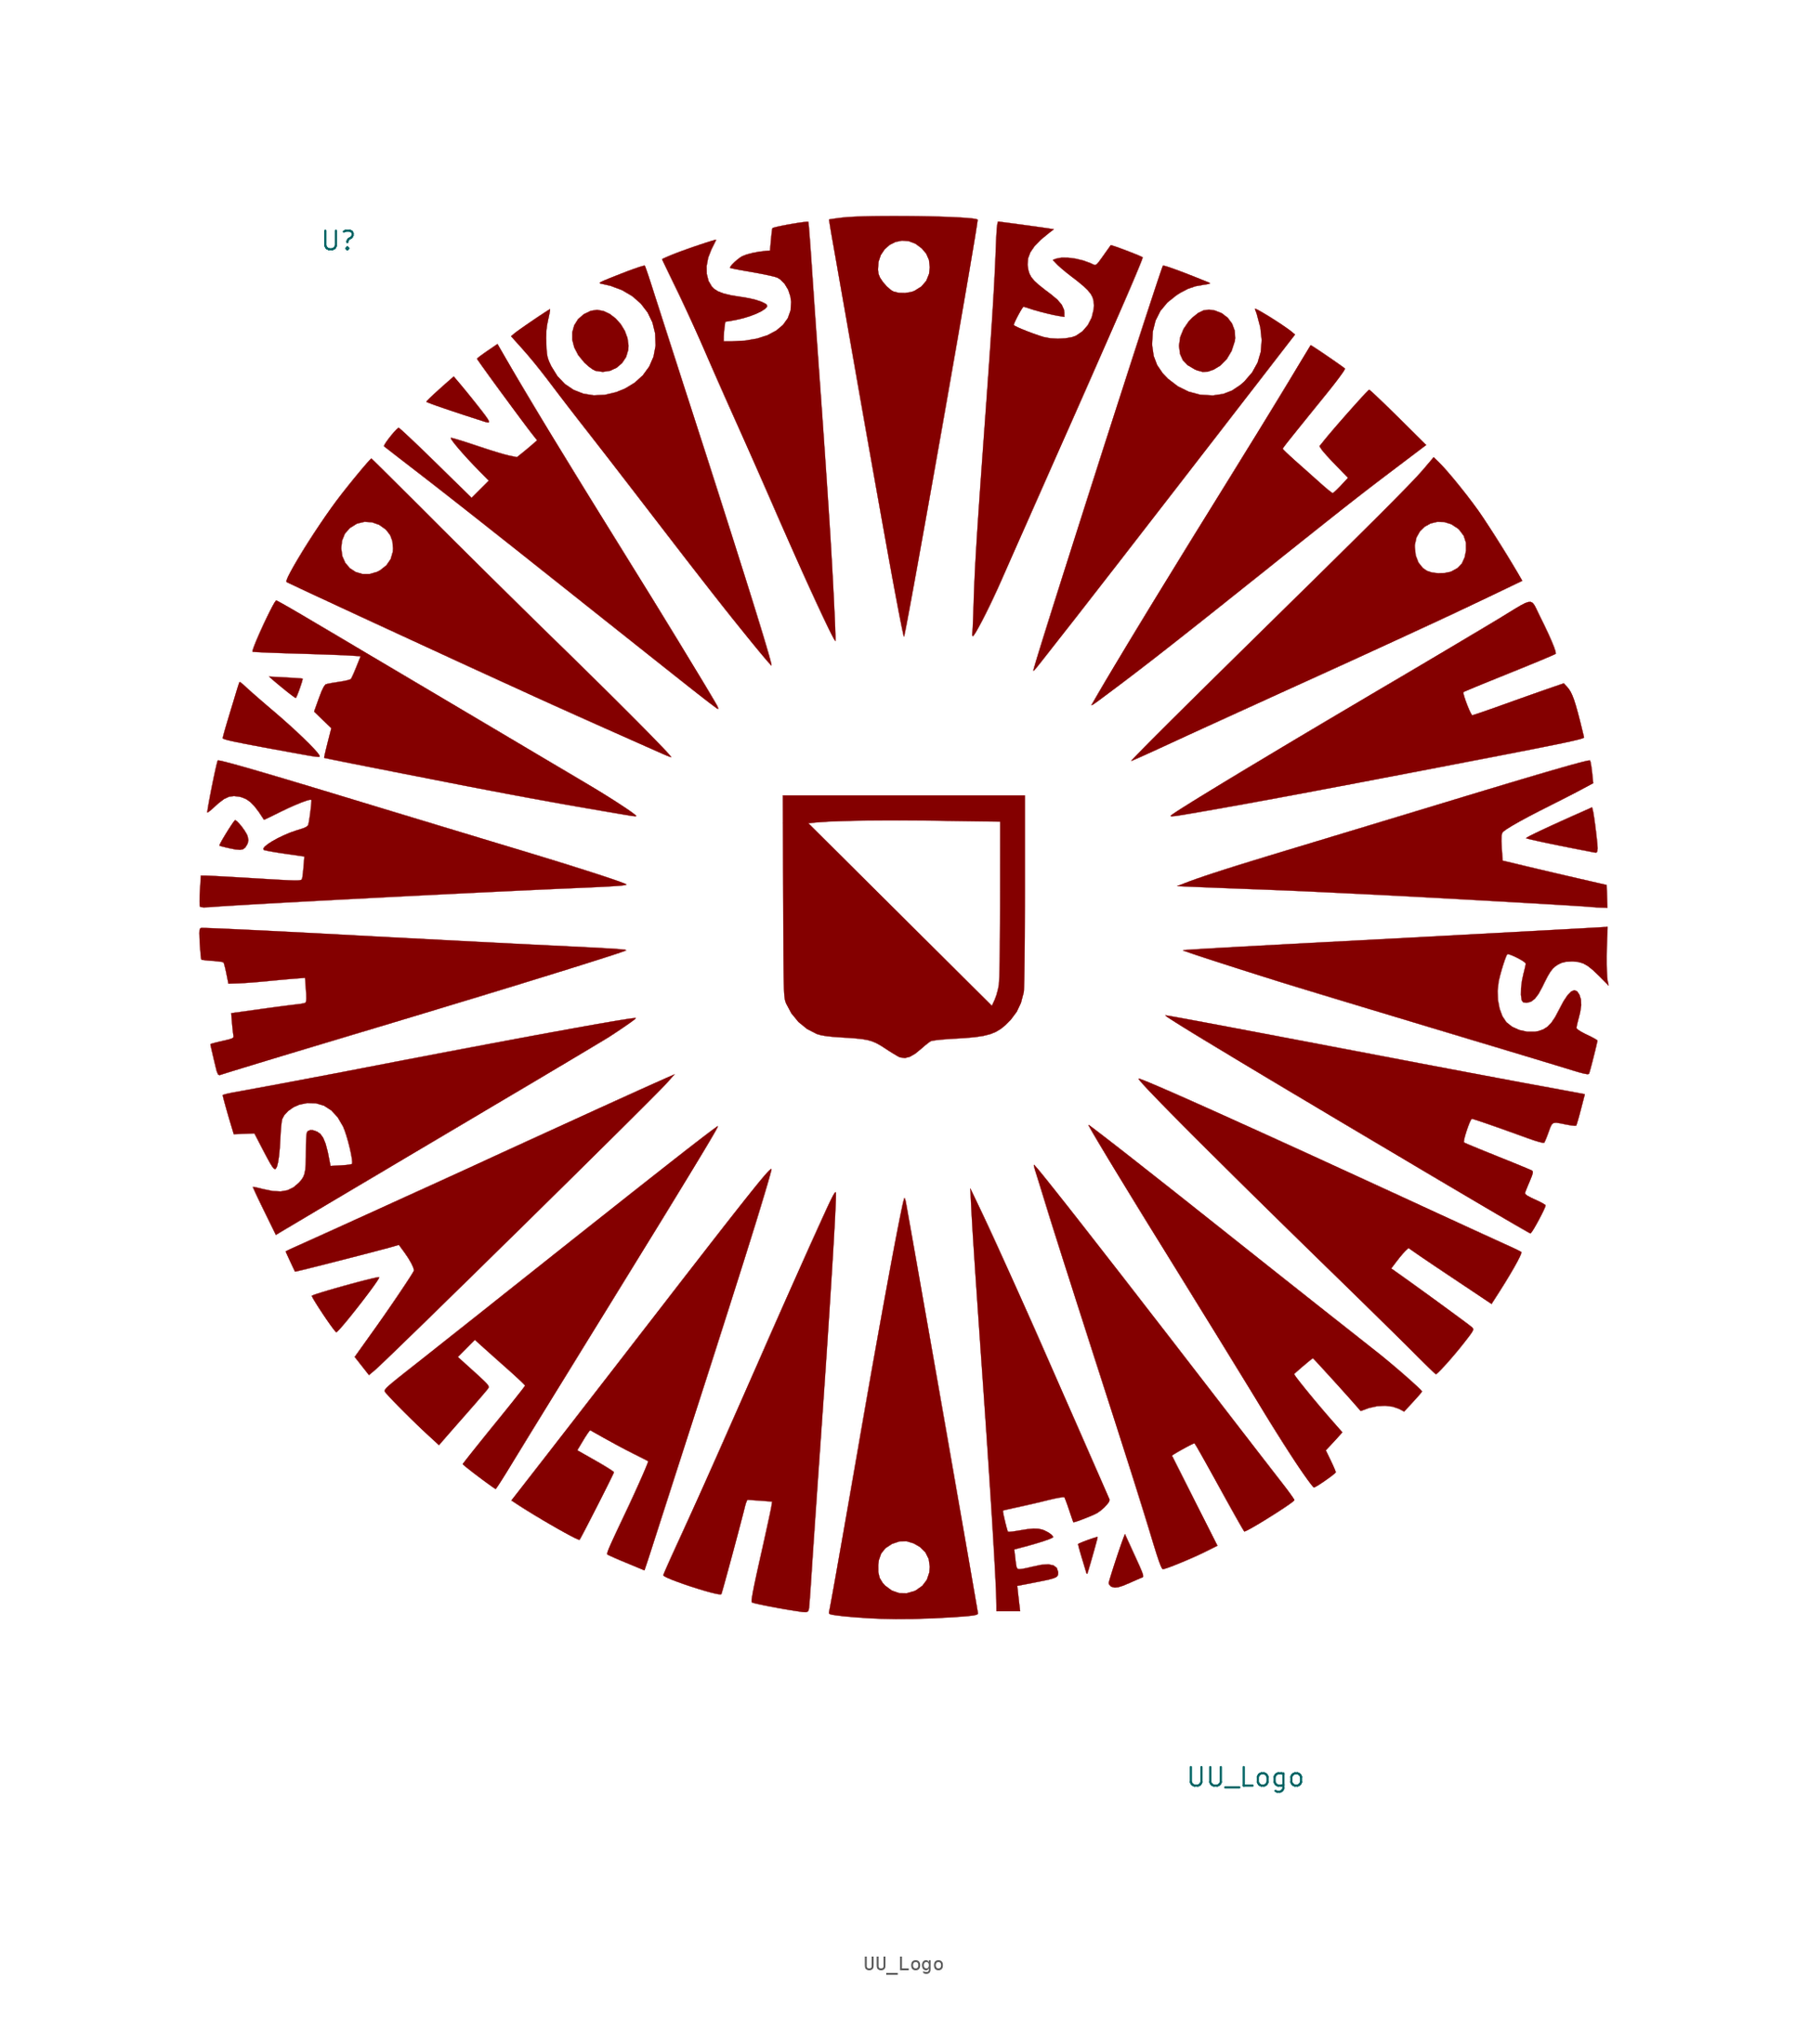
<source format=kicad_sym>
(kicad_symbol_lib
  (version 20211014)
  (generator kicad_symbol_editor)
  (symbol "UU_Logo"
    (property "Reference" "U"
      (at -39.37 44.45 0)
      (effects (font (size 1.27 1.27))))
    (property "Value" "UU_Logo"
      (at 22.86 -60.96 0)
      (effects (font (size 1.27 1.27))))
    (symbol "UU_Logo_0_0"
      (polyline (pts (xy -42.266 13.143) (xy -42.188 13.321) (xy -42.09 13.574) (xy -41.99 13.855) (xy -41.904 14.118) (xy -41.847 14.318) (xy -41.837 14.406) (xy -41.844 14.409) (xy -41.97 14.424) (xy -42.225 14.443) (xy -42.578 14.466) (xy -42.997 14.49) (xy -44.135 14.55) (xy -43.817 14.271) (xy -43.786 14.244) (xy -43.546 14.041) (xy -43.242 13.79) (xy -42.931 13.538) (xy -42.826 13.455) (xy -42.578 13.265) (xy -42.394 13.133) (xy -42.306 13.084) (xy -42.266 13.143)) (stroke (width 0.01) (type default) (color 0 0 0 0)) (fill (type outline)))
      (polyline (pts (xy -45.913 2.71) (xy -45.761 2.835) (xy -45.633 3.049) (xy -45.601 3.12) (xy -45.56 3.335) (xy -45.611 3.6) (xy -45.672 3.741) (xy -45.813 3.977) (xy -45.995 4.232) (xy -46.185 4.465) (xy -46.352 4.636) (xy -46.464 4.701) (xy -46.481 4.691) (xy -46.573 4.579) (xy -46.719 4.368) (xy -46.898 4.093) (xy -47.088 3.788) (xy -47.269 3.488) (xy -47.419 3.226) (xy -47.518 3.037) (xy -47.544 2.954) (xy -47.525 2.945) (xy -47.379 2.902) (xy -47.123 2.837) (xy -46.798 2.762) (xy -46.427 2.689) (xy -46.123 2.664) (xy -45.913 2.71)) (stroke (width 0.01) (type default) (color 0 0 0 0)) (fill (type outline)))
      (polyline (pts (xy -20.744 35.532) (xy -20.294 35.739) (xy -19.916 36.061) (xy -19.64 36.477) (xy -19.493 36.97) (xy -19.476 37.26) (xy -19.546 37.775) (xy -19.729 38.271) (xy -20.005 38.724) (xy -20.353 39.116) (xy -20.754 39.425) (xy -21.186 39.629) (xy -21.631 39.708) (xy -22.068 39.641) (xy -22.547 39.409) (xy -22.938 39.068) (xy -23.2 38.649) (xy -23.332 38.172) (xy -23.332 37.659) (xy -23.195 37.129) (xy -22.921 36.602) (xy -22.506 36.098) (xy -22.469 36.061) (xy -22.198 35.821) (xy -21.936 35.631) (xy -21.737 35.529) (xy -21.238 35.456) (xy -20.744 35.532)) (stroke (width 0.01) (type default) (color 0 0 0 0)) (fill (type outline)))
      (polyline (pts (xy 12.002 -47.002) (xy 12.047 -46.869) (xy 12.123 -46.62) (xy 12.221 -46.286) (xy 12.33 -45.905) (xy 12.442 -45.51) (xy 12.546 -45.136) (xy 12.633 -44.817) (xy 12.692 -44.588) (xy 12.713 -44.484) (xy 12.671 -44.484) (xy 12.509 -44.528) (xy 12.267 -44.607) (xy 11.988 -44.705) (xy 11.717 -44.808) (xy 11.498 -44.899) (xy 11.374 -44.962) (xy 11.38 -45.02) (xy 11.427 -45.21) (xy 11.507 -45.501) (xy 11.612 -45.858) (xy 11.698 -46.14) (xy 11.801 -46.483) (xy 11.88 -46.746) (xy 11.922 -46.888) (xy 11.953 -46.971) (xy 11.996 -47.013) (xy 12.002 -47.002)) (stroke (width 0.01) (type default) (color 0 0 0 0)) (fill (type outline)))
      (polyline (pts (xy 20.273 35.473) (xy 20.672 35.611) (xy 21.136 35.892) (xy 21.573 36.334) (xy 21.905 36.892) (xy 22.119 37.548) (xy 22.152 37.772) (xy 22.117 38.287) (xy 21.939 38.763) (xy 21.635 39.17) (xy 21.223 39.483) (xy 20.72 39.675) (xy 20.346 39.724) (xy 19.968 39.671) (xy 19.601 39.491) (xy 19.204 39.17) (xy 18.965 38.92) (xy 18.609 38.401) (xy 18.381 37.843) (xy 18.302 37.282) (xy 18.302 37.202) (xy 18.371 36.678) (xy 18.56 36.259) (xy 18.885 35.92) (xy 19.36 35.637) (xy 19.528 35.563) (xy 19.913 35.456) (xy 20.273 35.473)) (stroke (width 0.01) (type default) (color 0 0 0 0)) (fill (type outline)))
      (polyline (pts (xy -29.042 32.038) (xy -29.112 32.188) (xy -29.294 32.451) (xy -29.341 32.514) (xy -29.58 32.827) (xy -29.889 33.22) (xy -30.238 33.657) (xy -30.595 34.099) (xy -30.93 34.507) (xy -31.212 34.843) (xy -31.466 35.139) (xy -31.665 34.966) (xy -32.075 34.607) (xy -32.489 34.237) (xy -32.839 33.917) (xy -33.109 33.662) (xy -33.283 33.487) (xy -33.345 33.407) (xy -33.342 33.402) (xy -33.231 33.349) (xy -32.978 33.252) (xy -32.599 33.115) (xy -32.109 32.946) (xy -31.525 32.749) (xy -30.863 32.529) (xy -30.138 32.293) (xy -29.366 32.045) (xy -29.253 32.011) (xy -29.088 31.984) (xy -29.042 32.038)) (stroke (width 0.01) (type default) (color 0 0 0 0)) (fill (type outline)))
      (polyline (pts (xy 14.139 -47.923) (xy 14.466 -47.819) (xy 14.907 -47.633) (xy 15.075 -47.558) (xy 15.392 -47.418) (xy 15.641 -47.311) (xy 15.779 -47.256) (xy 15.817 -47.234) (xy 15.839 -47.17) (xy 15.817 -47.045) (xy 15.742 -46.838) (xy 15.609 -46.524) (xy 15.409 -46.081) (xy 15.351 -45.954) (xy 15.155 -45.526) (xy 14.976 -45.134) (xy 14.831 -44.819) (xy 14.74 -44.619) (xy 14.586 -44.283) (xy 14.488 -44.535) (xy 14.48 -44.556) (xy 14.378 -44.833) (xy 14.25 -45.2) (xy 14.105 -45.624) (xy 13.956 -46.075) (xy 13.81 -46.521) (xy 13.68 -46.932) (xy 13.574 -47.276) (xy 13.502 -47.522) (xy 13.476 -47.64) (xy 13.501 -47.733) (xy 13.624 -47.87) (xy 13.696 -47.906) (xy 13.892 -47.95) (xy 14.139 -47.923)) (stroke (width 0.01) (type default) (color 0 0 0 0)) (fill (type outline)))
      (polyline (pts (xy 46.99 2.54) (xy 47.018 2.748) (xy 47.014 2.852) (xy 46.99 3.14) (xy 46.95 3.524) (xy 46.899 3.961) (xy 46.843 4.407) (xy 46.786 4.817) (xy 46.735 5.147) (xy 46.695 5.353) (xy 46.637 5.579) (xy 45.367 5.013) (xy 45.228 4.951) (xy 44.476 4.612) (xy 43.805 4.306) (xy 43.229 4.039) (xy 42.759 3.815) (xy 42.408 3.641) (xy 42.188 3.523) (xy 42.111 3.467) (xy 42.113 3.464) (xy 42.219 3.429) (xy 42.467 3.368) (xy 42.836 3.284) (xy 43.304 3.182) (xy 43.852 3.067) (xy 44.457 2.944) (xy 44.552 2.925) (xy 45.157 2.804) (xy 45.707 2.695) (xy 46.18 2.602) (xy 46.553 2.53) (xy 46.804 2.483) (xy 46.912 2.466) (xy 46.914 2.466) (xy 46.99 2.54)) (stroke (width 0.01) (type default) (color 0 0 0 0)) (fill (type outline)))
      (polyline (pts (xy -39.461 -30.391) (xy -39.304 -30.232) (xy -39.079 -29.976) (xy -38.801 -29.645) (xy -38.487 -29.259) (xy -38.152 -28.838) (xy -37.812 -28.404) (xy -37.485 -27.976) (xy -37.185 -27.576) (xy -36.929 -27.223) (xy -36.733 -26.939) (xy -36.613 -26.745) (xy -36.584 -26.66) (xy -36.63 -26.658) (xy -36.817 -26.69) (xy -37.124 -26.76) (xy -37.526 -26.859) (xy -37.997 -26.981) (xy -38.512 -27.119) (xy -39.046 -27.266) (xy -39.572 -27.414) (xy -40.065 -27.557) (xy -40.5 -27.688) (xy -40.852 -27.799) (xy -41.095 -27.884) (xy -41.203 -27.935) (xy -41.183 -27.996) (xy -41.083 -28.177) (xy -40.914 -28.455) (xy -40.691 -28.806) (xy -40.428 -29.207) (xy -40.201 -29.544) (xy -39.952 -29.9) (xy -39.746 -30.182) (xy -39.599 -30.368) (xy -39.528 -30.435) (xy -39.461 -30.391)) (stroke (width 0.01) (type default) (color 0 0 0 0)) (fill (type outline)))
      (polyline (pts (xy -40.691 9.047) (xy -40.662 9.073) (xy -40.673 9.116) (xy -40.704 9.176) (xy -40.824 9.342) (xy -41.06 9.606) (xy -41.39 9.947) (xy -41.797 10.346) (xy -42.264 10.787) (xy -42.773 11.252) (xy -43.305 11.726) (xy -43.844 12.191) (xy -44.019 12.339) (xy -44.468 12.723) (xy -44.888 13.086) (xy -45.255 13.407) (xy -45.542 13.662) (xy -45.726 13.831) (xy -45.929 14.018) (xy -46.087 14.144) (xy -46.16 14.179) (xy -46.181 14.135) (xy -46.242 13.964) (xy -46.32 13.718) (xy -46.364 13.573) (xy -46.46 13.257) (xy -46.585 12.842) (xy -46.73 12.366) (xy -46.881 11.866) (xy -47.001 11.466) (xy -47.127 11.039) (xy -47.226 10.689) (xy -47.291 10.444) (xy -47.315 10.332) (xy -47.31 10.317) (xy -47.262 10.282) (xy -47.154 10.241) (xy -46.974 10.19) (xy -46.71 10.127) (xy -46.35 10.05) (xy -45.883 9.957) (xy -45.296 9.844) (xy -44.578 9.709) (xy -43.717 9.55) (xy -42.701 9.364) (xy -42.06 9.248) (xy -41.562 9.158) (xy -41.194 9.095) (xy -40.938 9.057) (xy -40.777 9.041) (xy -40.691 9.047)) (stroke (width 0.01) (type default) (color 0 0 0 0)) (fill (type outline)))
      (polyline (pts (xy -0.17 -11.533) (xy 0.202 -11.317) (xy 0.635 -10.962) (xy 0.872 -10.755) (xy 1.103 -10.572) (xy 1.263 -10.463) (xy 1.365 -10.434) (xy 1.625 -10.394) (xy 2.003 -10.353) (xy 2.47 -10.316) (xy 2.999 -10.284) (xy 3.633 -10.246) (xy 4.316 -10.184) (xy 4.875 -10.099) (xy 5.337 -9.982) (xy 5.727 -9.825) (xy 6.071 -9.618) (xy 6.395 -9.353) (xy 6.725 -9.021) (xy 6.758 -8.986) (xy 7.161 -8.447) (xy 7.449 -7.839) (xy 7.639 -7.122) (xy 7.652 -6.979) (xy 7.664 -6.676) (xy 7.676 -6.229) (xy 7.686 -5.651) (xy 7.695 -4.955) (xy 7.703 -4.154) (xy 7.71 -3.26) (xy 7.714 -2.287) (xy 7.717 -1.248) (xy 7.718 -0.155) (xy 7.718 6.395) (xy -8.881 6.395) (xy -8.875 4.49) (xy -7.141 4.49) (xy -6.583 4.543) (xy -6.338 4.564) (xy -5.708 4.603) (xy -4.932 4.634) (xy -4.025 4.658) (xy -3.003 4.675) (xy -1.882 4.683) (xy -0.677 4.684) (xy 0.596 4.676) (xy 1.921 4.659) (xy 6.025 4.597) (xy 6.023 -0.706) (xy 6.022 -1.391) (xy 6.019 -2.396) (xy 6.013 -3.327) (xy 6.005 -4.17) (xy 5.995 -4.912) (xy 5.982 -5.54) (xy 5.968 -6.039) (xy 5.953 -6.396) (xy 5.936 -6.597) (xy 5.878 -6.902) (xy 5.773 -7.294) (xy 5.655 -7.613) (xy 5.459 -8.041) (xy -7.141 4.49) (xy -8.875 4.49) (xy -8.858 -0.527) (xy -8.855 -1.171) (xy -8.851 -2.334) (xy -8.847 -3.345) (xy -8.843 -4.215) (xy -8.838 -4.957) (xy -8.832 -5.581) (xy -8.825 -6.099) (xy -8.816 -6.522) (xy -8.806 -6.863) (xy -8.793 -7.132) (xy -8.778 -7.341) (xy -8.76 -7.502) (xy -8.739 -7.625) (xy -8.714 -7.724) (xy -8.685 -7.808) (xy -8.653 -7.89) (xy -8.298 -8.555) (xy -7.813 -9.145) (xy -7.228 -9.623) (xy -6.567 -9.964) (xy -6.521 -9.98) (xy -6.248 -10.057) (xy -5.891 -10.117) (xy -5.422 -10.167) (xy -4.812 -10.209) (xy -4.447 -10.231) (xy -3.874 -10.273) (xy -3.421 -10.322) (xy -3.057 -10.388) (xy -2.749 -10.477) (xy -2.467 -10.598) (xy -2.178 -10.76) (xy -1.85 -10.97) (xy -1.61 -11.127) (xy -1.297 -11.324) (xy -1.047 -11.473) (xy -0.898 -11.551) (xy -0.817 -11.58) (xy -0.503 -11.618) (xy -0.17 -11.533)) (stroke (width 0.01) (type default) (color 0 0 0 0)) (fill (type outline)))
      (polyline (pts (xy 47.663 -0.529) (xy 47.639 0.251) (xy 45.691 0.699) (xy 45.631 0.713) (xy 44.939 0.873) (xy 44.186 1.048) (xy 43.427 1.226) (xy 42.72 1.393) (xy 42.122 1.535) (xy 40.499 1.923) (xy 40.44 2.792) (xy 40.418 3.277) (xy 40.428 3.637) (xy 40.475 3.837) (xy 40.555 3.923) (xy 40.789 4.093) (xy 41.163 4.324) (xy 41.666 4.611) (xy 42.291 4.949) (xy 43.029 5.334) (xy 43.871 5.759) (xy 44.121 5.885) (xy 44.639 6.147) (xy 45.148 6.407) (xy 45.6 6.642) (xy 45.949 6.826) (xy 46.714 7.237) (xy 46.638 7.98) (xy 46.621 8.125) (xy 46.577 8.445) (xy 46.533 8.683) (xy 46.495 8.794) (xy 46.486 8.798) (xy 46.373 8.787) (xy 46.135 8.735) (xy 45.768 8.642) (xy 45.269 8.507) (xy 44.634 8.328) (xy 43.861 8.105) (xy 42.945 7.838) (xy 41.884 7.523) (xy 40.675 7.162) (xy 39.314 6.753) (xy 37.798 6.295) (xy 36.124 5.787) (xy 35.102 5.477) (xy 33.926 5.12) (xy 32.668 4.739) (xy 31.365 4.344) (xy 30.058 3.949) (xy 28.788 3.565) (xy 27.593 3.204) (xy 26.514 2.878) (xy 25.618 2.607) (xy 24.37 2.228) (xy 23.267 1.89) (xy 22.297 1.589) (xy 21.451 1.322) (xy 20.717 1.085) (xy 20.084 0.875) (xy 19.541 0.689) (xy 19.077 0.523) (xy 18.683 0.373) (xy 18.174 0.174) (xy 19.529 0.117) (xy 19.969 0.098) (xy 20.55 0.075) (xy 21.224 0.048) (xy 21.953 0.02) (xy 22.699 -0.009) (xy 23.424 -0.036) (xy 23.836 -0.051) (xy 24.43 -0.074) (xy 24.994 -0.097) (xy 25.547 -0.119) (xy 26.109 -0.143) (xy 26.7 -0.169) (xy 27.34 -0.198) (xy 28.049 -0.232) (xy 28.846 -0.27) (xy 29.754 -0.314) (xy 30.79 -0.364) (xy 31.975 -0.422) (xy 32.431 -0.445) (xy 33.182 -0.484) (xy 34.017 -0.527) (xy 34.921 -0.576) (xy 35.878 -0.628) (xy 36.873 -0.682) (xy 37.892 -0.739) (xy 38.921 -0.796) (xy 39.943 -0.854) (xy 40.945 -0.911) (xy 41.911 -0.967) (xy 42.827 -1.02) (xy 43.677 -1.07) (xy 44.448 -1.116) (xy 45.123 -1.157) (xy 45.689 -1.193) (xy 46.131 -1.222) (xy 46.432 -1.243) (xy 46.58 -1.256) (xy 46.675 -1.266) (xy 46.938 -1.285) (xy 47.239 -1.297) (xy 47.687 -1.31) (xy 47.663 -0.529)) (stroke (width 0.01) (type default) (color 0 0 0 0)) (fill (type outline)))
      (polyline (pts (xy 15.099 8.794) (xy 15.312 8.886) (xy 15.646 9.034) (xy 16.08 9.23) (xy 16.599 9.465) (xy 17.184 9.733) (xy 17.818 10.025) (xy 18.303 10.249) (xy 18.997 10.568) (xy 19.802 10.936) (xy 20.693 11.344) (xy 21.648 11.78) (xy 22.642 12.234) (xy 23.652 12.694) (xy 24.654 13.151) (xy 25.625 13.592) (xy 26.742 14.1) (xy 28.494 14.897) (xy 30.109 15.634) (xy 31.599 16.316) (xy 32.977 16.948) (xy 34.253 17.537) (xy 35.439 18.086) (xy 36.547 18.602) (xy 37.588 19.09) (xy 38.573 19.555) (xy 39.516 20.003) (xy 40.425 20.439) (xy 41.849 21.122) (xy 41.616 21.527) (xy 41.505 21.719) (xy 41.172 22.277) (xy 40.788 22.907) (xy 40.375 23.572) (xy 39.955 24.236) (xy 39.552 24.863) (xy 39.189 25.415) (xy 38.888 25.858) (xy 38.796 25.988) (xy 38.43 26.487) (xy 38.018 27.026) (xy 37.584 27.575) (xy 37.151 28.105) (xy 36.744 28.585) (xy 36.387 28.986) (xy 36.104 29.279) (xy 35.77 29.601) (xy 35.102 28.814) (xy 35.028 28.727) (xy 34.819 28.493) (xy 34.558 28.21) (xy 34.238 27.872) (xy 33.855 27.475) (xy 33.403 27.013) (xy 32.877 26.48) (xy 32.272 25.872) (xy 31.582 25.183) (xy 30.802 24.408) (xy 29.928 23.542) (xy 29.834 23.45) (xy 34.473 23.45) (xy 34.478 23.592) (xy 34.588 24.09) (xy 34.822 24.508) (xy 35.154 24.834) (xy 35.56 25.058) (xy 36.016 25.168) (xy 36.495 25.155) (xy 36.974 25.007) (xy 37.426 24.714) (xy 37.526 24.622) (xy 37.833 24.212) (xy 37.986 23.735) (xy 37.988 23.183) (xy 37.898 22.733) (xy 37.709 22.314) (xy 37.413 22.001) (xy 36.993 21.766) (xy 36.92 21.738) (xy 36.526 21.656) (xy 36.078 21.641) (xy 35.648 21.692) (xy 35.305 21.806) (xy 35.028 21.998) (xy 34.724 22.377) (xy 34.537 22.865) (xy 34.473 23.45) (xy 29.834 23.45) (xy 28.952 22.578) (xy 27.871 21.513) (xy 26.679 20.341) (xy 25.371 19.055) (xy 24.794 18.488) (xy 23.926 17.636) (xy 23.039 16.762) (xy 22.149 15.886) (xy 21.275 15.025) (xy 20.434 14.195) (xy 19.644 13.415) (xy 18.921 12.701) (xy 18.285 12.071) (xy 17.751 11.542) (xy 17.223 11.015) (xy 16.696 10.488) (xy 16.221 10.011) (xy 15.81 9.594) (xy 15.473 9.249) (xy 15.222 8.988) (xy 15.068 8.823) (xy 15.024 8.766) (xy 15.099 8.794)) (stroke (width 0.01) (type default) (color 0 0 0 0)) (fill (type outline)))
      (polyline (pts (xy -36.901 -33.052) (xy -36.865 -33.021) (xy -36.676 -32.849) (xy -36.378 -32.567) (xy -35.978 -32.185) (xy -35.485 -31.711) (xy -34.908 -31.152) (xy -34.253 -30.517) (xy -33.53 -29.814) (xy -32.747 -29.05) (xy -31.912 -28.234) (xy -31.032 -27.374) (xy -30.117 -26.477) (xy -29.174 -25.553) (xy -28.212 -24.609) (xy -27.238 -23.652) (xy -26.262 -22.692) (xy -25.29 -21.736) (xy -24.332 -20.791) (xy -23.395 -19.868) (xy -22.488 -18.972) (xy -21.619 -18.113) (xy -20.796 -17.297) (xy -20.027 -16.535) (xy -19.321 -15.833) (xy -18.685 -15.199) (xy -18.128 -14.642) (xy -17.658 -14.169) (xy -17.283 -13.789) (xy -17.012 -13.51) (xy -16.852 -13.339) (xy -16.319 -12.742) (xy -16.683 -12.901) (xy -16.862 -12.979) (xy -17.314 -13.18) (xy -17.904 -13.444) (xy -18.623 -13.768) (xy -19.458 -14.146) (xy -20.402 -14.575) (xy -21.442 -15.048) (xy -22.57 -15.562) (xy -23.775 -16.112) (xy -25.046 -16.693) (xy -26.374 -17.3) (xy -27.748 -17.93) (xy -29.158 -18.577) (xy -30.593 -19.237) (xy -30.676 -19.275) (xy -31.12 -19.479) (xy -31.68 -19.734) (xy -32.338 -20.035) (xy -33.078 -20.372) (xy -33.883 -20.739) (xy -34.736 -21.127) (xy -35.619 -21.529) (xy -36.518 -21.938) (xy -37.413 -22.345) (xy -38.29 -22.743) (xy -39.13 -23.125) (xy -39.917 -23.482) (xy -40.634 -23.807) (xy -41.265 -24.093) (xy -41.792 -24.331) (xy -42.199 -24.514) (xy -42.468 -24.635) (xy -42.478 -24.639) (xy -42.74 -24.759) (xy -42.926 -24.85) (xy -42.997 -24.892) (xy -42.997 -24.894) (xy -42.957 -24.988) (xy -42.867 -25.187) (xy -42.746 -25.45) (xy -42.614 -25.732) (xy -42.492 -25.992) (xy -42.398 -26.187) (xy -42.353 -26.274) (xy -42.329 -26.271) (xy -42.168 -26.235) (xy -41.876 -26.165) (xy -41.471 -26.066) (xy -40.977 -25.942) (xy -40.412 -25.8) (xy -39.799 -25.644) (xy -39.157 -25.48) (xy -38.508 -25.314) (xy -37.873 -25.15) (xy -37.271 -24.994) (xy -36.724 -24.85) (xy -36.253 -24.726) (xy -35.878 -24.625) (xy -35.621 -24.553) (xy -35.229 -24.439) (xy -34.836 -24.974) (xy -34.587 -25.34) (xy -34.38 -25.692) (xy -34.242 -25.987) (xy -34.192 -26.189) (xy -34.221 -26.256) (xy -34.336 -26.452) (xy -34.529 -26.757) (xy -34.789 -27.153) (xy -35.103 -27.623) (xy -35.46 -28.151) (xy -35.85 -28.719) (xy -36.26 -29.311) (xy -36.679 -29.909) (xy -37.097 -30.497) (xy -38.26 -32.126) (xy -37.771 -32.748) (xy -37.282 -33.371) (xy -36.901 -33.052)) (stroke (width 0.01) (type default) (color 0 0 0 0)) (fill (type outline)))
      (polyline (pts (xy -16.557 9.045) (xy -16.66 9.174) (xy -16.871 9.408) (xy -17.184 9.74) (xy -17.592 10.163) (xy -18.085 10.668) (xy -18.658 11.248) (xy -19.302 11.896) (xy -20.01 12.603) (xy -20.774 13.363) (xy -21.587 14.168) (xy -22.441 15.01) (xy -23.329 15.881) (xy -24.244 16.774) (xy -24.802 17.32) (xy -25.743 18.242) (xy -26.758 19.238) (xy -27.817 20.282) (xy -28.894 21.346) (xy -29.961 22.401) (xy -30.99 23.422) (xy -31.952 24.379) (xy -32.821 25.247) (xy -33.384 25.81) (xy -34.06 26.485) (xy -34.693 27.116) (xy -35.273 27.693) (xy -35.791 28.208) (xy -36.238 28.651) (xy -36.603 29.012) (xy -36.877 29.282) (xy -37.051 29.45) (xy -37.115 29.509) (xy -37.127 29.504) (xy -37.228 29.408) (xy -37.412 29.206) (xy -37.661 28.919) (xy -37.956 28.567) (xy -38.282 28.173) (xy -38.619 27.757) (xy -38.951 27.341) (xy -39.26 26.945) (xy -39.529 26.591) (xy -39.856 26.143) (xy -40.257 25.574) (xy -40.664 24.976) (xy -41.069 24.365) (xy -41.46 23.758) (xy -41.711 23.357) (xy -39.187 23.357) (xy -39.132 23.869) (xy -38.939 24.349) (xy -38.605 24.736) (xy -38.129 25.032) (xy -38.074 25.055) (xy -37.584 25.171) (xy -37.074 25.138) (xy -36.583 24.965) (xy -36.151 24.658) (xy -36.096 24.604) (xy -35.825 24.252) (xy -35.676 23.849) (xy -35.631 23.347) (xy -35.646 23.114) (xy -35.792 22.613) (xy -36.087 22.183) (xy -36.523 21.84) (xy -36.735 21.731) (xy -37.244 21.586) (xy -37.739 21.589) (xy -38.197 21.726) (xy -38.595 21.985) (xy -38.908 22.353) (xy -39.114 22.814) (xy -39.187 23.357) (xy -41.711 23.357) (xy -41.827 23.172) (xy -42.159 22.625) (xy -42.447 22.132) (xy -42.68 21.71) (xy -42.848 21.378) (xy -42.939 21.15) (xy -42.945 21.045) (xy -42.907 21.024) (xy -42.728 20.937) (xy -42.414 20.788) (xy -41.976 20.582) (xy -41.426 20.325) (xy -40.775 20.021) (xy -40.034 19.677) (xy -39.215 19.297) (xy -38.328 18.886) (xy -37.387 18.45) (xy -36.401 17.994) (xy -35.382 17.524) (xy -34.342 17.044) (xy -33.292 16.56) (xy -32.243 16.077) (xy -31.207 15.6) (xy -30.195 15.135) (xy -29.218 14.687) (xy -28.288 14.261) (xy -27.417 13.863) (xy -26.615 13.497) (xy -25.895 13.168) (xy -24.511 12.542) (xy -22.866 11.802) (xy -21.092 11.008) (xy -19.204 10.168) (xy -17.216 9.287) (xy -17.162 9.263) (xy -16.877 9.141) (xy -16.659 9.055) (xy -16.553 9.022) (xy -16.557 9.045)) (stroke (width 0.01) (type default) (color 0 0 0 0)) (fill (type outline)))
      (polyline (pts (xy 0.129 -50.105) (xy 1.462 -50.062) (xy 2.808 -49.988) (xy 2.947 -49.978) (xy 3.503 -49.937) (xy 3.915 -49.9) (xy 4.201 -49.863) (xy 4.381 -49.824) (xy 4.474 -49.779) (xy 4.501 -49.725) (xy 4.499 -49.712) (xy 4.476 -49.565) (xy 4.425 -49.265) (xy 4.349 -48.824) (xy 4.25 -48.25) (xy 4.13 -47.555) (xy 3.99 -46.749) (xy 3.833 -45.844) (xy 3.659 -44.848) (xy 3.472 -43.774) (xy 3.272 -42.631) (xy 3.062 -41.43) (xy 2.844 -40.182) (xy 2.619 -38.896) (xy 2.389 -37.584) (xy 2.156 -36.256) (xy 1.922 -34.923) (xy 1.689 -33.595) (xy 1.459 -32.282) (xy 1.233 -30.996) (xy 1.013 -29.746) (xy 0.801 -28.544) (xy 0.6 -27.399) (xy 0.41 -26.323) (xy 0.234 -25.325) (xy 0.073 -24.417) (xy -0.07 -23.609) (xy -0.194 -22.911) (xy -0.297 -22.334) (xy -0.377 -21.888) (xy -0.432 -21.585) (xy -0.461 -21.433) (xy -0.506 -21.275) (xy -0.545 -21.229) (xy -0.55 -21.237) (xy -0.594 -21.374) (xy -0.664 -21.668) (xy -0.759 -22.111) (xy -0.878 -22.695) (xy -1.019 -23.41) (xy -1.181 -24.25) (xy -1.362 -25.204) (xy -1.56 -26.267) (xy -1.774 -27.428) (xy -2.003 -28.68) (xy -2.244 -30.014) (xy -2.497 -31.423) (xy -2.76 -32.897) (xy -3.03 -34.429) (xy -3.308 -36.01) (xy -3.591 -37.632) (xy -3.731 -38.44) (xy -4.006 -40.02) (xy -4.265 -41.503) (xy -4.507 -42.883) (xy -4.729 -44.154) (xy -4.933 -45.309) (xy -5.116 -46.343) (xy -5.125 -46.397) (xy -2.342 -46.397) (xy -2.301 -46.075) (xy -2.139 -45.614) (xy -1.848 -45.251) (xy -1.415 -44.966) (xy -1.373 -44.946) (xy -0.873 -44.778) (xy -0.393 -44.77) (xy 0.098 -44.92) (xy 0.525 -45.168) (xy 0.898 -45.539) (xy 1.123 -45.991) (xy 1.199 -46.521) (xy 1.166 -46.912) (xy 0.997 -47.417) (xy 0.688 -47.829) (xy 0.241 -48.144) (xy 0.14 -48.192) (xy -0.388 -48.343) (xy -0.912 -48.331) (xy -1.409 -48.157) (xy -1.859 -47.825) (xy -2.039 -47.628) (xy -2.242 -47.289) (xy -2.338 -46.895) (xy -2.342 -46.397) (xy -5.125 -46.397) (xy -5.276 -47.248) (xy -5.414 -48.017) (xy -5.528 -48.646) (xy -5.616 -49.127) (xy -5.678 -49.454) (xy -5.713 -49.62) (xy -5.719 -49.652) (xy -5.714 -49.723) (xy -5.652 -49.774) (xy -5.505 -49.815) (xy -5.245 -49.856) (xy -4.845 -49.906) (xy -4.734 -49.919) (xy -4.271 -49.963) (xy -3.717 -50.008) (xy -3.131 -50.047) (xy -2.575 -50.078) (xy -2.31 -50.09) (xy -1.144 -50.114) (xy 0.129 -50.105)) (stroke (width 0.01) (type default) (color 0 0 0 0)) (fill (type outline)))
      (polyline (pts (xy 35.958 -33.298) (xy 36.096 -33.177) (xy 36.311 -32.959) (xy 36.584 -32.664) (xy 36.894 -32.315) (xy 37.221 -31.933) (xy 37.547 -31.542) (xy 37.851 -31.162) (xy 37.933 -31.057) (xy 38.191 -30.723) (xy 38.361 -30.491) (xy 38.454 -30.337) (xy 38.483 -30.236) (xy 38.461 -30.164) (xy 38.401 -30.097) (xy 38.368 -30.069) (xy 38.207 -29.943) (xy 37.935 -29.738) (xy 37.569 -29.466) (xy 37.129 -29.142) (xy 36.632 -28.777) (xy 36.096 -28.386) (xy 35.54 -27.981) (xy 34.98 -27.576) (xy 34.437 -27.184) (xy 33.926 -26.817) (xy 33.467 -26.49) (xy 32.858 -26.058) (xy 33.234 -25.558) (xy 33.452 -25.281) (xy 33.665 -25.028) (xy 33.826 -24.857) (xy 34.042 -24.655) (xy 34.745 -25.142) (xy 34.779 -25.166) (xy 35.055 -25.354) (xy 35.442 -25.616) (xy 35.915 -25.935) (xy 36.448 -26.293) (xy 37.016 -26.674) (xy 37.593 -27.059) (xy 39.74 -28.491) (xy 40.244 -27.706) (xy 40.325 -27.58) (xy 40.679 -27.014) (xy 41.002 -26.48) (xy 41.284 -25.997) (xy 41.513 -25.583) (xy 41.68 -25.255) (xy 41.775 -25.033) (xy 41.787 -24.934) (xy 41.702 -24.883) (xy 41.49 -24.775) (xy 41.188 -24.631) (xy 40.829 -24.467) (xy 40.651 -24.387) (xy 40.317 -24.235) (xy 39.852 -24.022) (xy 39.271 -23.756) (xy 38.586 -23.442) (xy 37.809 -23.085) (xy 36.953 -22.692) (xy 36.032 -22.268) (xy 35.057 -21.819) (xy 34.041 -21.352) (xy 32.998 -20.871) (xy 32.485 -20.635) (xy 30.608 -19.772) (xy 28.819 -18.951) (xy 27.124 -18.175) (xy 25.526 -17.446) (xy 24.03 -16.765) (xy 22.64 -16.135) (xy 21.361 -15.557) (xy 20.196 -15.034) (xy 19.151 -14.566) (xy 18.228 -14.158) (xy 17.433 -13.809) (xy 16.771 -13.522) (xy 16.244 -13.299) (xy 15.858 -13.142) (xy 15.616 -13.053) (xy 15.524 -13.034) (xy 15.525 -13.05) (xy 15.611 -13.171) (xy 15.812 -13.403) (xy 16.125 -13.743) (xy 16.545 -14.185) (xy 17.067 -14.725) (xy 17.688 -15.359) (xy 18.403 -16.082) (xy 19.207 -16.89) (xy 20.097 -17.779) (xy 21.067 -18.743) (xy 22.113 -19.78) (xy 23.231 -20.884) (xy 24.417 -22.05) (xy 25.666 -23.275) (xy 26.973 -24.554) (xy 28.334 -25.883) (xy 28.979 -26.511) (xy 29.764 -27.277) (xy 30.536 -28.032) (xy 31.281 -28.762) (xy 31.985 -29.453) (xy 32.636 -30.092) (xy 33.219 -30.666) (xy 33.721 -31.163) (xy 34.13 -31.567) (xy 34.43 -31.867) (xy 34.712 -32.15) (xy 35.09 -32.525) (xy 35.417 -32.846) (xy 35.676 -33.095) (xy 35.851 -33.257) (xy 35.924 -33.314) (xy 35.958 -33.298)) (stroke (width 0.01) (type default) (color 0 0 0 0)) (fill (type outline)))
      (polyline (pts (xy 8.331 14.956) (xy 8.372 14.994) (xy 8.444 15.077) (xy 8.558 15.215) (xy 8.722 15.419) (xy 8.945 15.7) (xy 9.236 16.071) (xy 9.605 16.541) (xy 10.06 17.122) (xy 10.611 17.825) (xy 10.911 18.208) (xy 11.268 18.664) (xy 11.639 19.141) (xy 12.032 19.645) (xy 12.452 20.184) (xy 12.903 20.764) (xy 13.392 21.394) (xy 13.924 22.079) (xy 14.505 22.828) (xy 15.139 23.646) (xy 15.833 24.542) (xy 16.592 25.522) (xy 17.422 26.594) (xy 18.328 27.764) (xy 19.315 29.04) (xy 20.389 30.429) (xy 21.555 31.937) (xy 22.82 33.573) (xy 26.257 38.018) (xy 26.026 38.21) (xy 25.932 38.285) (xy 25.678 38.47) (xy 25.361 38.687) (xy 25.006 38.921) (xy 24.639 39.155) (xy 24.284 39.374) (xy 23.967 39.562) (xy 23.715 39.703) (xy 23.552 39.78) (xy 23.504 39.779) (xy 23.626 39.442) (xy 23.876 38.507) (xy 23.97 37.638) (xy 23.908 36.832) (xy 23.689 36.091) (xy 23.313 35.414) (xy 22.782 34.8) (xy 22.499 34.551) (xy 21.934 34.175) (xy 21.333 33.945) (xy 20.661 33.843) (xy 20.594 33.84) (xy 19.759 33.887) (xy 18.964 34.096) (xy 18.22 34.462) (xy 17.541 34.982) (xy 17.181 35.356) (xy 16.796 35.922) (xy 16.559 36.543) (xy 16.456 37.246) (xy 16.45 37.381) (xy 16.496 38.221) (xy 16.686 38.972) (xy 17.02 39.638) (xy 17.502 40.22) (xy 18.13 40.721) (xy 18.391 40.886) (xy 18.912 41.157) (xy 19.425 41.332) (xy 19.995 41.436) (xy 20.107 41.45) (xy 20.342 41.491) (xy 20.427 41.53) (xy 20.376 41.573) (xy 20.214 41.639) (xy 19.531 41.914) (xy 18.905 42.16) (xy 18.351 42.371) (xy 17.887 42.541) (xy 17.529 42.664) (xy 17.293 42.733) (xy 17.197 42.742) (xy 17.172 42.687) (xy 17.097 42.48) (xy 16.977 42.129) (xy 16.814 41.644) (xy 16.612 41.035) (xy 16.375 40.313) (xy 16.105 39.489) (xy 15.805 38.571) (xy 15.48 37.57) (xy 15.133 36.496) (xy 14.765 35.36) (xy 14.382 34.171) (xy 13.985 32.94) (xy 13.579 31.677) (xy 13.166 30.391) (xy 12.751 29.094) (xy 12.335 27.795) (xy 11.922 26.504) (xy 11.516 25.232) (xy 11.12 23.989) (xy 10.737 22.784) (xy 10.37 21.629) (xy 10.023 20.532) (xy 9.698 19.505) (xy 9.399 18.557) (xy 9.13 17.699) (xy 8.893 16.94) (xy 8.692 16.291) (xy 8.53 15.762) (xy 8.411 15.363) (xy 8.336 15.105) (xy 8.311 14.997) (xy 8.311 14.993) (xy 8.31 14.967) (xy 8.313 14.95) (xy 8.331 14.956)) (stroke (width 0.01) (type default) (color 0 0 0 0)) (fill (type outline)))
      (polyline (pts (xy -0.551 17.375) (xy -0.5 17.613) (xy -0.424 17.997) (xy -0.325 18.517) (xy -0.204 19.162) (xy -0.063 19.922) (xy 0.096 20.788) (xy 0.27 21.747) (xy 0.459 22.79) (xy 0.66 23.906) (xy 0.872 25.086) (xy 1.092 26.317) (xy 1.319 27.591) (xy 1.551 28.896) (xy 1.786 30.223) (xy 2.023 31.56) (xy 2.259 32.898) (xy 2.492 34.225) (xy 2.721 35.532) (xy 2.945 36.808) (xy 3.16 38.042) (xy 3.365 39.225) (xy 3.559 40.345) (xy 3.739 41.393) (xy 3.905 42.357) (xy 4.052 43.228) (xy 4.181 43.994) (xy 4.29 44.646) (xy 4.375 45.174) (xy 4.436 45.566) (xy 4.471 45.812) (xy 4.477 45.901) (xy 4.367 45.942) (xy 4.101 45.982) (xy 3.704 46.019) (xy 3.192 46.052) (xy 2.586 46.081) (xy 1.905 46.105) (xy 1.167 46.124) (xy 0.393 46.138) (xy -0.4 46.147) (xy -1.192 46.15) (xy -1.964 46.148) (xy -2.696 46.139) (xy -3.37 46.123) (xy -3.966 46.101) (xy -4.466 46.072) (xy -4.85 46.035) (xy -5.094 46.004) (xy -5.406 45.961) (xy -5.624 45.928) (xy -5.71 45.911) (xy -5.707 45.861) (xy -5.679 45.669) (xy -5.629 45.358) (xy -5.562 44.958) (xy -5.481 44.495) (xy -5.433 44.225) (xy -5.356 43.789) (xy -5.255 43.216) (xy -5.132 42.518) (xy -5.124 42.47) (xy -2.359 42.47) (xy -2.324 43.003) (xy -2.165 43.472) (xy -1.902 43.865) (xy -1.558 44.17) (xy -1.153 44.373) (xy -0.709 44.463) (xy -0.246 44.427) (xy 0.214 44.252) (xy 0.65 43.927) (xy 0.956 43.56) (xy 1.142 43.136) (xy 1.199 42.632) (xy 1.15 42.185) (xy 0.956 41.705) (xy 0.619 41.312) (xy 0.141 41.013) (xy -0.067 40.939) (xy -0.495 40.869) (xy -0.933 40.88) (xy -1.303 40.973) (xy -1.485 41.082) (xy -1.756 41.321) (xy -2.015 41.617) (xy -2.218 41.92) (xy -2.323 42.181) (xy -2.359 42.47) (xy -5.124 42.47) (xy -4.99 41.711) (xy -4.832 40.81) (xy -4.659 39.828) (xy -4.475 38.781) (xy -4.282 37.683) (xy -4.083 36.549) (xy -3.88 35.393) (xy -3.816 35.03) (xy -3.588 33.733) (xy -3.349 32.378) (xy -3.103 30.99) (xy -2.856 29.595) (xy -2.611 28.217) (xy -2.373 26.882) (xy -2.146 25.613) (xy -1.935 24.437) (xy -1.745 23.377) (xy -1.579 22.46) (xy -1.542 22.259) (xy -1.377 21.355) (xy -1.22 20.507) (xy -1.073 19.728) (xy -0.941 19.033) (xy -0.824 18.435) (xy -0.726 17.948) (xy -0.65 17.587) (xy -0.599 17.365) (xy -0.574 17.295) (xy -0.551 17.375)) (stroke (width 0.01) (type default) (color 0 0 0 0)) (fill (type outline)))
      (polyline (pts (xy -18.96 4.974) (xy -18.952 4.994) (xy -18.961 5.011) (xy -19.077 5.112) (xy -19.311 5.284) (xy -19.643 5.513) (xy -20.054 5.785) (xy -20.523 6.088) (xy -21.032 6.408) (xy -21.558 6.733) (xy -22.084 7.05) (xy -22.114 7.067) (xy -22.429 7.254) (xy -22.876 7.519) (xy -23.443 7.856) (xy -24.119 8.256) (xy -24.891 8.714) (xy -25.748 9.222) (xy -26.676 9.772) (xy -27.666 10.358) (xy -28.703 10.973) (xy -29.777 11.61) (xy -30.875 12.261) (xy -31.986 12.919) (xy -33.098 13.577) (xy -34.198 14.229) (xy -35.274 14.867) (xy -36.315 15.483) (xy -37.309 16.072) (xy -38.243 16.626) (xy -39.106 17.137) (xy -39.886 17.599) (xy -40.57 18.004) (xy -41.148 18.346) (xy -41.605 18.616) (xy -42.123 18.921) (xy -42.599 19.197) (xy -43.008 19.432) (xy -43.333 19.613) (xy -43.552 19.73) (xy -43.645 19.772) (xy -43.67 19.756) (xy -43.766 19.619) (xy -43.909 19.366) (xy -44.086 19.023) (xy -44.286 18.617) (xy -44.496 18.175) (xy -44.703 17.723) (xy -44.895 17.289) (xy -45.061 16.898) (xy -45.186 16.579) (xy -45.26 16.357) (xy -45.27 16.259) (xy -45.208 16.249) (xy -44.994 16.233) (xy -44.646 16.215) (xy -44.184 16.195) (xy -43.628 16.174) (xy -42.998 16.152) (xy -42.312 16.131) (xy -41.866 16.118) (xy -41.148 16.095) (xy -40.466 16.072) (xy -39.846 16.05) (xy -39.314 16.03) (xy -38.898 16.012) (xy -38.625 15.997) (xy -37.852 15.948) (xy -38.147 15.214) (xy -38.215 15.046) (xy -38.347 14.736) (xy -38.455 14.503) (xy -38.519 14.386) (xy -38.547 14.366) (xy -38.717 14.308) (xy -38.995 14.245) (xy -39.336 14.188) (xy -39.468 14.168) (xy -39.81 14.113) (xy -40.082 14.061) (xy -40.237 14.022) (xy -40.273 13.999) (xy -40.393 13.838) (xy -40.541 13.526) (xy -40.721 13.055) (xy -41.045 12.149) (xy -40.455 11.579) (xy -39.865 11.009) (xy -40.123 10.004) (xy -40.129 9.979) (xy -40.225 9.596) (xy -40.299 9.279) (xy -40.345 9.062) (xy -40.355 8.976) (xy -40.353 8.975) (xy -40.258 8.953) (xy -40.017 8.902) (xy -39.63 8.822) (xy -39.093 8.714) (xy -38.404 8.577) (xy -37.562 8.41) (xy -36.564 8.213) (xy -35.409 7.985) (xy -34.093 7.727) (xy -32.616 7.437) (xy -30.974 7.115) (xy -30.538 7.03) (xy -29.7 6.868) (xy -28.802 6.697) (xy -27.902 6.526) (xy -27.055 6.367) (xy -26.318 6.23) (xy -26.066 6.183) (xy -25.378 6.058) (xy -24.746 5.943) (xy -24.139 5.834) (xy -23.524 5.725) (xy -22.869 5.61) (xy -22.143 5.484) (xy -21.313 5.341) (xy -20.349 5.176) (xy -19.957 5.109) (xy -19.552 5.041) (xy -19.274 4.997) (xy -19.098 4.973) (xy -19.001 4.966) (xy -18.96 4.974)) (stroke (width 0.01) (type default) (color 0 0 0 0)) (fill (type outline)))
      (polyline (pts (xy 17.94 4.973) (xy 18.183 5.005) (xy 18.542 5.061) (xy 19.033 5.144) (xy 19.674 5.254) (xy 19.971 5.306) (xy 20.904 5.47) (xy 21.879 5.644) (xy 22.906 5.829) (xy 23.993 6.028) (xy 25.15 6.241) (xy 26.388 6.472) (xy 27.715 6.721) (xy 29.141 6.99) (xy 30.676 7.281) (xy 32.329 7.597) (xy 34.11 7.938) (xy 36.028 8.307) (xy 38.093 8.706) (xy 40.315 9.135) (xy 40.513 9.173) (xy 41.648 9.394) (xy 42.629 9.586) (xy 43.464 9.752) (xy 44.164 9.893) (xy 44.738 10.012) (xy 45.195 10.112) (xy 45.547 10.193) (xy 45.802 10.258) (xy 45.97 10.309) (xy 46.061 10.349) (xy 46.085 10.379) (xy 46.002 10.726) (xy 45.817 11.48) (xy 45.657 12.095) (xy 45.518 12.587) (xy 45.394 12.976) (xy 45.276 13.279) (xy 45.161 13.515) (xy 45.041 13.703) (xy 44.91 13.86) (xy 44.699 14.086) (xy 43.629 13.718) (xy 43.449 13.655) (xy 42.99 13.495) (xy 42.43 13.298) (xy 41.809 13.078) (xy 41.164 12.848) (xy 40.536 12.624) (xy 40.075 12.459) (xy 39.561 12.278) (xy 39.115 12.123) (xy 38.762 12.003) (xy 38.522 11.926) (xy 38.42 11.899) (xy 38.393 11.917) (xy 38.309 12.054) (xy 38.198 12.291) (xy 38.077 12.584) (xy 37.962 12.892) (xy 37.868 13.173) (xy 37.812 13.385) (xy 37.81 13.486) (xy 37.82 13.492) (xy 37.949 13.55) (xy 38.213 13.662) (xy 38.595 13.822) (xy 39.078 14.021) (xy 39.645 14.252) (xy 40.279 14.51) (xy 40.962 14.786) (xy 41.157 14.865) (xy 41.83 15.138) (xy 42.45 15.392) (xy 42.999 15.618) (xy 43.46 15.812) (xy 43.816 15.963) (xy 44.049 16.067) (xy 44.142 16.115) (xy 44.151 16.138) (xy 44.122 16.299) (xy 44.023 16.587) (xy 43.86 16.987) (xy 43.639 17.483) (xy 43.367 18.06) (xy 43.051 18.701) (xy 42.927 18.958) (xy 42.793 19.241) (xy 42.679 19.456) (xy 42.567 19.599) (xy 42.438 19.671) (xy 42.273 19.669) (xy 42.053 19.594) (xy 41.759 19.443) (xy 41.372 19.215) (xy 40.874 18.91) (xy 40.246 18.525) (xy 40.163 18.475) (xy 39.711 18.203) (xy 39.133 17.857) (xy 38.445 17.447) (xy 37.664 16.982) (xy 36.806 16.472) (xy 35.888 15.928) (xy 34.925 15.357) (xy 33.934 14.771) (xy 32.931 14.179) (xy 31.933 13.591) (xy 31.021 13.053) (xy 29.625 12.228) (xy 28.268 11.424) (xy 26.96 10.647) (xy 25.707 9.9) (xy 24.518 9.189) (xy 23.399 8.518) (xy 22.358 7.891) (xy 21.404 7.314) (xy 20.542 6.79) (xy 19.781 6.324) (xy 19.129 5.921) (xy 18.593 5.585) (xy 18.18 5.322) (xy 17.898 5.134) (xy 17.755 5.028) (xy 17.733 5.004) (xy 17.732 4.975) (xy 17.795 4.964) (xy 17.94 4.973)) (stroke (width 0.01) (type default) (color 0 0 0 0)) (fill (type outline)))
      (polyline (pts (xy -7.184 -49.602) (xy -7.117 -49.505) (xy -7.086 -49.336) (xy -7.064 -49.083) (xy -7.055 -48.973) (xy -7.03 -48.648) (xy -6.998 -48.204) (xy -6.962 -47.673) (xy -6.923 -47.087) (xy -6.883 -46.48) (xy -6.86 -46.117) (xy -6.823 -45.562) (xy -6.777 -44.874) (xy -6.722 -44.072) (xy -6.661 -43.172) (xy -6.593 -42.196) (xy -6.522 -41.16) (xy -6.447 -40.084) (xy -6.37 -38.986) (xy -6.293 -37.886) (xy -6.255 -37.335) (xy -6.128 -35.507) (xy -6.007 -33.754) (xy -5.894 -32.083) (xy -5.789 -30.501) (xy -5.691 -29.014) (xy -5.603 -27.628) (xy -5.523 -26.352) (xy -5.452 -25.191) (xy -5.391 -24.151) (xy -5.34 -23.241) (xy -5.299 -22.465) (xy -5.27 -21.832) (xy -5.251 -21.348) (xy -5.245 -21.019) (xy -5.25 -20.852) (xy -5.267 -20.823) (xy -5.334 -20.883) (xy -5.453 -21.083) (xy -5.627 -21.429) (xy -5.861 -21.926) (xy -6.164 -22.589) (xy -6.607 -23.565) (xy -7.074 -24.596) (xy -7.568 -25.699) (xy -8.098 -26.886) (xy -8.67 -28.172) (xy -9.289 -29.57) (xy -9.963 -31.096) (xy -10.696 -32.764) (xy -10.897 -33.219) (xy -11.587 -34.787) (xy -12.217 -36.216) (xy -12.792 -37.519) (xy -13.319 -38.708) (xy -13.803 -39.796) (xy -14.249 -40.796) (xy -14.664 -41.721) (xy -15.053 -42.583) (xy -15.421 -43.396) (xy -15.775 -44.172) (xy -16.12 -44.923) (xy -16.135 -44.955) (xy -16.388 -45.509) (xy -16.616 -46.012) (xy -16.809 -46.444) (xy -16.959 -46.784) (xy -17.055 -47.012) (xy -17.089 -47.107) (xy -17.028 -47.169) (xy -16.828 -47.274) (xy -16.517 -47.407) (xy -16.119 -47.558) (xy -15.664 -47.721) (xy -15.177 -47.885) (xy -14.685 -48.041) (xy -14.217 -48.182) (xy -13.798 -48.297) (xy -13.455 -48.379) (xy -13.216 -48.418) (xy -13.108 -48.406) (xy -13.107 -48.404) (xy -13.071 -48.296) (xy -12.999 -48.049) (xy -12.896 -47.684) (xy -12.769 -47.223) (xy -12.623 -46.689) (xy -12.463 -46.103) (xy -12.297 -45.487) (xy -12.13 -44.863) (xy -11.967 -44.253) (xy -11.816 -43.678) (xy -11.681 -43.161) (xy -11.568 -42.724) (xy -11.484 -42.388) (xy -11.434 -42.206) (xy -11.364 -42.011) (xy -11.31 -41.934) (xy -11.266 -41.935) (xy -11.08 -41.946) (xy -10.789 -41.965) (xy -10.433 -41.991) (xy -9.62 -42.052) (xy -9.672 -42.403) (xy -9.672 -42.403) (xy -9.703 -42.565) (xy -9.766 -42.871) (xy -9.858 -43.3) (xy -9.974 -43.832) (xy -10.109 -44.444) (xy -10.258 -45.117) (xy -10.418 -45.829) (xy -10.567 -46.493) (xy -10.725 -47.21) (xy -10.847 -47.784) (xy -10.935 -48.229) (xy -10.993 -48.558) (xy -11.022 -48.782) (xy -11.025 -48.916) (xy -11.005 -48.97) (xy -10.989 -48.978) (xy -10.826 -49.026) (xy -10.535 -49.094) (xy -10.143 -49.177) (xy -9.682 -49.267) (xy -9.181 -49.36) (xy -8.67 -49.45) (xy -8.18 -49.529) (xy -7.894 -49.574) (xy -7.545 -49.625) (xy -7.317 -49.638) (xy -7.184 -49.602)) (stroke (width 0.01) (type default) (color 0 0 0 0)) (fill (type outline)))
      (polyline (pts (xy 17.323 -46.661) (xy 17.586 -46.573) (xy 17.945 -46.437) (xy 18.368 -46.267) (xy 18.826 -46.075) (xy 19.287 -45.874) (xy 19.723 -45.676) (xy 20.103 -45.493) (xy 20.931 -45.079) (xy 19.383 -42.014) (xy 19.251 -41.751) (xy 18.923 -41.101) (xy 18.622 -40.505) (xy 18.357 -39.98) (xy 18.135 -39.541) (xy 17.966 -39.204) (xy 17.856 -38.986) (xy 17.814 -38.903) (xy 17.84 -38.876) (xy 17.98 -38.783) (xy 18.207 -38.648) (xy 18.485 -38.49) (xy 18.775 -38.331) (xy 19.04 -38.192) (xy 19.242 -38.093) (xy 19.344 -38.055) (xy 19.351 -38.057) (xy 19.373 -38.076) (xy 19.409 -38.125) (xy 19.468 -38.217) (xy 19.555 -38.363) (xy 19.676 -38.575) (xy 19.84 -38.864) (xy 20.052 -39.242) (xy 20.319 -39.722) (xy 20.647 -40.315) (xy 21.044 -41.033) (xy 21.516 -41.887) (xy 21.606 -42.049) (xy 21.907 -42.59) (xy 22.18 -43.077) (xy 22.414 -43.491) (xy 22.599 -43.812) (xy 22.724 -44.022) (xy 22.778 -44.102) (xy 22.805 -44.101) (xy 22.956 -44.036) (xy 23.213 -43.899) (xy 23.55 -43.706) (xy 23.943 -43.472) (xy 24.368 -43.211) (xy 24.8 -42.94) (xy 25.215 -42.673) (xy 25.588 -42.426) (xy 25.895 -42.215) (xy 26.112 -42.053) (xy 26.213 -41.957) (xy 26.197 -41.912) (xy 26.095 -41.751) (xy 25.915 -41.496) (xy 25.675 -41.173) (xy 25.391 -40.803) (xy 25.247 -40.619) (xy 24.98 -40.274) (xy 24.627 -39.82) (xy 24.201 -39.269) (xy 23.711 -38.636) (xy 23.169 -37.933) (xy 22.584 -37.176) (xy 21.968 -36.378) (xy 21.33 -35.551) (xy 20.682 -34.711) (xy 20.081 -33.932) (xy 18.759 -32.219) (xy 17.504 -30.595) (xy 16.319 -29.064) (xy 15.207 -27.629) (xy 14.169 -26.291) (xy 13.207 -25.056) (xy 12.325 -23.925) (xy 11.525 -22.901) (xy 10.809 -21.988) (xy 10.178 -21.189) (xy 9.637 -20.506) (xy 9.187 -19.943) (xy 8.83 -19.502) (xy 8.568 -19.187) (xy 8.405 -19.001) (xy 8.342 -18.946) (xy 8.339 -18.974) (xy 8.367 -19.123) (xy 8.432 -19.351) (xy 8.439 -19.371) (xy 8.503 -19.574) (xy 8.608 -19.91) (xy 8.746 -20.355) (xy 8.909 -20.884) (xy 9.091 -21.472) (xy 9.284 -22.096) (xy 9.344 -22.289) (xy 9.506 -22.81) (xy 9.713 -23.467) (xy 9.958 -24.242) (xy 10.236 -25.119) (xy 10.542 -26.079) (xy 10.87 -27.106) (xy 11.213 -28.183) (xy 11.569 -29.291) (xy 11.929 -30.415) (xy 12.289 -31.536) (xy 12.796 -33.111) (xy 13.263 -34.565) (xy 13.686 -35.88) (xy 14.066 -37.066) (xy 14.408 -38.136) (xy 14.716 -39.099) (xy 14.992 -39.967) (xy 15.241 -40.751) (xy 15.465 -41.461) (xy 15.668 -42.11) (xy 15.855 -42.708) (xy 16.027 -43.265) (xy 16.19 -43.794) (xy 16.345 -44.304) (xy 16.497 -44.807) (xy 16.574 -45.059) (xy 16.765 -45.671) (xy 16.918 -46.131) (xy 17.038 -46.449) (xy 17.127 -46.632) (xy 17.188 -46.691) (xy 17.323 -46.661)) (stroke (width 0.01) (type default) (color 0 0 0 0)) (fill (type outline)))
      (polyline (pts (xy -13.321 12.373) (xy -13.373 12.512) (xy -13.47 12.685) (xy -13.652 12.997) (xy -13.906 13.426) (xy -14.224 13.958) (xy -14.597 14.578) (xy -15.017 15.272) (xy -15.474 16.026) (xy -15.961 16.827) (xy -16.469 17.659) (xy -16.99 18.509) (xy -17.513 19.363) (xy -18.032 20.206) (xy -18.538 21.024) (xy -19.021 21.804) (xy -19.31 22.27) (xy -20.411 24.045) (xy -21.427 25.688) (xy -22.364 27.205) (xy -23.225 28.605) (xy -24.015 29.895) (xy -24.74 31.083) (xy -25.403 32.177) (xy -26.01 33.185) (xy -26.565 34.114) (xy -27.074 34.972) (xy -27.54 35.767) (xy -27.969 36.508) (xy -28.465 37.369) (xy -29.166 36.889) (xy -29.368 36.749) (xy -29.626 36.562) (xy -29.803 36.424) (xy -29.87 36.358) (xy -29.856 36.331) (xy -29.758 36.186) (xy -29.58 35.934) (xy -29.335 35.592) (xy -29.037 35.179) (xy -28.698 34.713) (xy -28.332 34.212) (xy -27.952 33.695) (xy -27.572 33.178) (xy -27.206 32.682) (xy -26.865 32.223) (xy -26.564 31.821) (xy -26.316 31.492) (xy -26.134 31.256) (xy -25.745 30.761) (xy -26.052 30.49) (xy -26.176 30.383) (xy -26.463 30.141) (xy -26.745 29.91) (xy -27.13 29.601) (xy -27.695 29.719) (xy -27.711 29.723) (xy -27.98 29.791) (xy -28.371 29.904) (xy -28.848 30.05) (xy -29.374 30.219) (xy -29.916 30.399) (xy -30.048 30.443) (xy -30.54 30.606) (xy -30.972 30.743) (xy -31.32 30.848) (xy -31.558 30.913) (xy -31.662 30.93) (xy -31.665 30.897) (xy -31.582 30.756) (xy -31.408 30.526) (xy -31.16 30.224) (xy -30.853 29.871) (xy -30.505 29.484) (xy -30.13 29.084) (xy -29.746 28.688) (xy -29.058 27.994) (xy -29.65 27.403) (xy -30.241 26.812) (xy -32.696 29.219) (xy -32.908 29.426) (xy -33.431 29.934) (xy -33.912 30.398) (xy -34.34 30.806) (xy -34.7 31.144) (xy -34.979 31.401) (xy -35.165 31.564) (xy -35.243 31.62) (xy -35.267 31.613) (xy -35.387 31.514) (xy -35.561 31.329) (xy -35.76 31.094) (xy -35.956 30.844) (xy -36.121 30.614) (xy -36.228 30.438) (xy -36.249 30.353) (xy -36.182 30.299) (xy -35.996 30.154) (xy -35.711 29.932) (xy -35.345 29.648) (xy -34.917 29.318) (xy -34.446 28.954) (xy -33.903 28.535) (xy -33.293 28.062) (xy -32.654 27.565) (xy -31.977 27.036) (xy -31.254 26.469) (xy -30.473 25.856) (xy -29.627 25.189) (xy -28.706 24.461) (xy -27.699 23.665) (xy -26.598 22.793) (xy -25.394 21.837) (xy -24.076 20.79) (xy -22.635 19.645) (xy -22.215 19.312) (xy -21.303 18.587) (xy -20.4 17.869) (xy -19.519 17.17) (xy -18.675 16.5) (xy -17.881 15.87) (xy -17.15 15.29) (xy -16.498 14.773) (xy -15.936 14.328) (xy -15.479 13.966) (xy -15.142 13.7) (xy -14.709 13.36) (xy -14.28 13.026) (xy -13.91 12.741) (xy -13.617 12.521) (xy -13.421 12.378) (xy -13.34 12.326) (xy -13.321 12.373)) (stroke (width 0.01) (type default) (color 0 0 0 0)) (fill (type outline)))
      (polyline (pts (xy -9.675 15.403) (xy -9.735 15.65) (xy -9.845 16.05) (xy -10.005 16.598) (xy -10.212 17.291) (xy -10.466 18.123) (xy -10.764 19.091) (xy -11.107 20.192) (xy -11.492 21.419) (xy -11.918 22.77) (xy -12.384 24.241) (xy -12.889 25.826) (xy -13.431 27.522) (xy -14.009 29.325) (xy -14.622 31.23) (xy -15.268 33.234) (xy -15.372 33.557) (xy -15.714 34.614) (xy -16.047 35.649) (xy -16.369 36.646) (xy -16.673 37.591) (xy -16.955 38.466) (xy -17.21 39.258) (xy -17.432 39.951) (xy -17.618 40.528) (xy -17.761 40.976) (xy -17.857 41.277) (xy -17.977 41.651) (xy -18.115 42.069) (xy -18.231 42.409) (xy -18.315 42.642) (xy -18.359 42.742) (xy -18.367 42.745) (xy -18.492 42.723) (xy -18.744 42.647) (xy -19.099 42.525) (xy -19.532 42.367) (xy -20.018 42.18) (xy -20.374 42.04) (xy -20.82 41.862) (xy -21.135 41.732) (xy -21.333 41.641) (xy -21.431 41.579) (xy -21.444 41.54) (xy -21.389 41.514) (xy -21.28 41.492) (xy -20.714 41.363) (xy -19.91 41.062) (xy -19.211 40.649) (xy -18.625 40.135) (xy -18.162 39.53) (xy -17.833 38.848) (xy -17.647 38.098) (xy -17.615 37.294) (xy -17.62 37.22) (xy -17.76 36.493) (xy -18.052 35.823) (xy -18.487 35.224) (xy -19.052 34.711) (xy -19.736 34.301) (xy -20.314 34.067) (xy -21.099 33.88) (xy -21.859 33.846) (xy -22.578 33.961) (xy -23.242 34.222) (xy -23.838 34.623) (xy -24.351 35.161) (xy -24.767 35.831) (xy -24.81 35.919) (xy -24.936 36.191) (xy -25.017 36.425) (xy -25.067 36.671) (xy -25.096 36.982) (xy -25.115 37.41) (xy -25.125 37.796) (xy -25.113 38.245) (xy -25.068 38.642) (xy -24.984 39.055) (xy -24.954 39.184) (xy -24.893 39.475) (xy -24.861 39.678) (xy -24.863 39.753) (xy -24.876 39.749) (xy -24.999 39.678) (xy -25.224 39.534) (xy -25.522 39.338) (xy -25.866 39.107) (xy -26.228 38.861) (xy -26.579 38.619) (xy -26.891 38.401) (xy -27.136 38.225) (xy -27.286 38.11) (xy -27.534 37.902) (xy -26.901 37.198) (xy -26.848 37.139) (xy -26.41 36.64) (xy -25.977 36.124) (xy -25.523 35.56) (xy -25.024 34.918) (xy -24.454 34.165) (xy -24.422 34.123) (xy -24.108 33.709) (xy -23.724 33.208) (xy -23.301 32.66) (xy -22.87 32.104) (xy -22.462 31.583) (xy -22.223 31.278) (xy -21.871 30.825) (xy -21.441 30.271) (xy -20.946 29.633) (xy -20.401 28.928) (xy -19.818 28.173) (xy -19.21 27.386) (xy -18.592 26.583) (xy -17.977 25.783) (xy -17.902 25.686) (xy -17.032 24.555) (xy -16.252 23.543) (xy -15.552 22.637) (xy -14.921 21.823) (xy -14.349 21.087) (xy -13.825 20.415) (xy -13.337 19.793) (xy -12.874 19.208) (xy -12.427 18.646) (xy -11.984 18.093) (xy -11.534 17.534) (xy -11.067 16.956) (xy -10.741 16.558) (xy -10.401 16.147) (xy -10.109 15.8) (xy -9.88 15.534) (xy -9.727 15.366) (xy -9.666 15.314) (xy -9.675 15.403)) (stroke (width 0.01) (type default) (color 0 0 0 0)) (fill (type outline)))
      (polyline (pts (xy -18.378 -46.756) (xy -18.329 -46.62) (xy -18.24 -46.355) (xy -18.118 -45.985) (xy -17.971 -45.532) (xy -17.806 -45.019) (xy -17.783 -44.947) (xy -17.656 -44.55) (xy -17.483 -44.013) (xy -17.27 -43.35) (xy -17.023 -42.581) (xy -16.745 -41.719) (xy -16.444 -40.783) (xy -16.123 -39.788) (xy -15.789 -38.751) (xy -15.446 -37.688) (xy -15.1 -36.616) (xy -14.822 -35.753) (xy -14.151 -33.669) (xy -13.523 -31.71) (xy -12.938 -29.881) (xy -12.397 -28.182) (xy -11.901 -26.619) (xy -11.451 -25.192) (xy -11.049 -23.907) (xy -10.694 -22.764) (xy -10.389 -21.767) (xy -10.133 -20.92) (xy -9.927 -20.225) (xy -9.773 -19.684) (xy -9.672 -19.302) (xy -9.666 -19.256) (xy -9.686 -19.236) (xy -9.74 -19.265) (xy -9.833 -19.348) (xy -9.969 -19.491) (xy -10.152 -19.699) (xy -10.388 -19.977) (xy -10.679 -20.331) (xy -11.03 -20.767) (xy -11.446 -21.288) (xy -11.931 -21.901) (xy -12.489 -22.611) (xy -13.125 -23.423) (xy -13.842 -24.343) (xy -14.645 -25.377) (xy -15.538 -26.528) (xy -16.525 -27.803) (xy -17.612 -29.208) (xy -17.87 -29.542) (xy -18.707 -30.624) (xy -19.54 -31.701) (xy -20.361 -32.761) (xy -21.159 -33.793) (xy -21.927 -34.784) (xy -22.654 -35.723) (xy -23.332 -36.599) (xy -23.953 -37.399) (xy -24.506 -38.112) (xy -24.982 -38.727) (xy -25.373 -39.231) (xy -25.67 -39.612) (xy -27.508 -41.974) (xy -27.23 -42.158) (xy -26.882 -42.385) (xy -26.408 -42.684) (xy -25.895 -42.999) (xy -25.363 -43.317) (xy -24.834 -43.627) (xy -24.327 -43.918) (xy -23.862 -44.177) (xy -23.46 -44.394) (xy -23.141 -44.557) (xy -22.925 -44.654) (xy -22.834 -44.673) (xy -22.828 -44.665) (xy -22.757 -44.544) (xy -22.626 -44.3) (xy -22.445 -43.957) (xy -22.227 -43.536) (xy -21.983 -43.062) (xy -21.724 -42.556) (xy -21.462 -42.041) (xy -21.209 -41.539) (xy -20.976 -41.075) (xy -20.775 -40.67) (xy -20.617 -40.347) (xy -20.513 -40.129) (xy -20.476 -40.038) (xy -20.52 -39.993) (xy -20.69 -39.874) (xy -20.965 -39.699) (xy -21.321 -39.485) (xy -21.733 -39.246) (xy -22.99 -38.532) (xy -22.569 -37.829) (xy -22.454 -37.641) (xy -22.285 -37.383) (xy -22.159 -37.212) (xy -22.096 -37.157) (xy -21.851 -37.298) (xy -21.124 -37.707) (xy -20.394 -38.108) (xy -19.71 -38.472) (xy -19.121 -38.774) (xy -19.062 -38.803) (xy -18.703 -38.984) (xy -18.407 -39.133) (xy -18.204 -39.237) (xy -18.124 -39.281) (xy -18.125 -39.303) (xy -18.176 -39.454) (xy -18.287 -39.728) (xy -18.448 -40.108) (xy -18.652 -40.572) (xy -18.889 -41.101) (xy -19.151 -41.675) (xy -19.429 -42.276) (xy -19.714 -42.881) (xy -19.717 -42.887) (xy -20.06 -43.61) (xy -20.336 -44.196) (xy -20.551 -44.659) (xy -20.712 -45.014) (xy -20.824 -45.275) (xy -20.895 -45.458) (xy -20.931 -45.577) (xy -20.939 -45.646) (xy -20.923 -45.682) (xy -20.885 -45.705) (xy -20.711 -45.788) (xy -20.424 -45.916) (xy -20.054 -46.076) (xy -19.629 -46.254) (xy -19.373 -46.36) (xy -18.985 -46.521) (xy -18.674 -46.65) (xy -18.464 -46.737) (xy -18.384 -46.77) (xy -18.378 -46.756)) (stroke (width 0.01) (type default) (color 0 0 0 0)) (fill (type outline)))
      (polyline (pts (xy 12.39 12.631) (xy 12.53 12.725) (xy 12.75 12.882) (xy 13.063 13.114) (xy 13.484 13.428) (xy 14.026 13.834) (xy 14.224 13.983) (xy 14.775 14.4) (xy 15.338 14.83) (xy 15.924 15.28) (xy 16.544 15.759) (xy 17.207 16.276) (xy 17.927 16.84) (xy 18.712 17.458) (xy 19.575 18.14) (xy 20.526 18.895) (xy 21.576 19.73) (xy 22.736 20.654) (xy 24.017 21.676) (xy 24.92 22.397) (xy 25.92 23.195) (xy 26.811 23.905) (xy 27.603 24.535) (xy 28.309 25.096) (xy 28.942 25.597) (xy 29.513 26.048) (xy 30.034 26.457) (xy 30.518 26.835) (xy 30.977 27.191) (xy 31.423 27.535) (xy 31.868 27.876) (xy 32.324 28.223) (xy 32.803 28.587) (xy 33.318 28.976) (xy 35.254 30.439) (xy 33.328 32.348) (xy 33.057 32.615) (xy 32.607 33.056) (xy 32.203 33.447) (xy 31.859 33.774) (xy 31.591 34.023) (xy 31.413 34.181) (xy 31.34 34.232) (xy 31.28 34.181) (xy 31.12 34.019) (xy 30.881 33.763) (xy 30.581 33.434) (xy 30.239 33.053) (xy 29.87 32.638) (xy 29.493 32.209) (xy 29.126 31.788) (xy 28.786 31.392) (xy 28.49 31.042) (xy 28.257 30.758) (xy 27.934 30.356) (xy 28.086 30.123) (xy 28.104 30.098) (xy 28.243 29.928) (xy 28.468 29.674) (xy 28.752 29.368) (xy 29.067 29.038) (xy 29.895 28.187) (xy 29.408 27.663) (xy 29.325 27.574) (xy 29.103 27.352) (xy 28.931 27.197) (xy 28.84 27.138) (xy 28.762 27.182) (xy 28.582 27.32) (xy 28.331 27.528) (xy 28.038 27.785) (xy 28.007 27.813) (xy 27.652 28.13) (xy 27.226 28.51) (xy 26.781 28.906) (xy 26.366 29.274) (xy 26.199 29.424) (xy 25.888 29.706) (xy 25.639 29.94) (xy 25.474 30.105) (xy 25.413 30.179) (xy 25.413 30.18) (xy 25.426 30.211) (xy 25.467 30.274) (xy 25.544 30.38) (xy 25.666 30.539) (xy 25.84 30.76) (xy 26.073 31.053) (xy 26.374 31.429) (xy 26.75 31.896) (xy 27.21 32.466) (xy 27.762 33.147) (xy 28.412 33.949) (xy 28.682 34.286) (xy 29.029 34.729) (xy 29.314 35.106) (xy 29.526 35.401) (xy 29.652 35.598) (xy 29.681 35.682) (xy 29.626 35.727) (xy 29.446 35.86) (xy 29.183 36.047) (xy 28.863 36.27) (xy 28.516 36.509) (xy 28.168 36.746) (xy 27.848 36.961) (xy 27.583 37.135) (xy 27.401 37.25) (xy 27.329 37.287) (xy 27.309 37.254) (xy 27.211 37.094) (xy 27.044 36.817) (xy 26.816 36.44) (xy 26.539 35.981) (xy 26.224 35.457) (xy 25.88 34.885) (xy 25.803 34.757) (xy 25.483 34.23) (xy 25.09 33.583) (xy 24.634 32.838) (xy 24.129 32.014) (xy 23.587 31.13) (xy 23.018 30.207) (xy 22.436 29.263) (xy 21.852 28.318) (xy 21.279 27.392) (xy 20.634 26.35) (xy 19.419 24.386) (xy 18.287 22.548) (xy 17.238 20.839) (xy 16.273 19.261) (xy 15.393 17.814) (xy 14.599 16.502) (xy 13.893 15.325) (xy 13.275 14.286) (xy 12.746 13.385) (xy 12.308 12.626) (xy 12.295 12.595) (xy 12.316 12.591) (xy 12.39 12.631)) (stroke (width 0.01) (type default) (color 0 0 0 0)) (fill (type outline)))
      (polyline (pts (xy 27.596 -41.073) (xy 27.766 -40.98) (xy 28.009 -40.828) (xy 28.288 -40.64) (xy 28.568 -40.442) (xy 28.813 -40.259) (xy 28.986 -40.117) (xy 29.052 -40.041) (xy 29.044 -40.001) (xy 28.978 -39.829) (xy 28.862 -39.563) (xy 28.712 -39.243) (xy 28.369 -38.536) (xy 28.691 -38.192) (xy 28.823 -38.05) (xy 28.977 -37.885) (xy 29.054 -37.803) (xy 29.061 -37.796) (xy 29.153 -37.693) (xy 29.299 -37.529) (xy 29.501 -37.3) (xy 28.748 -36.441) (xy 28.368 -36.003) (xy 27.975 -35.542) (xy 27.586 -35.079) (xy 27.217 -34.633) (xy 26.883 -34.223) (xy 26.599 -33.866) (xy 26.379 -33.582) (xy 26.24 -33.389) (xy 26.195 -33.306) (xy 26.212 -33.285) (xy 26.328 -33.176) (xy 26.523 -33.004) (xy 26.762 -32.797) (xy 27.013 -32.586) (xy 27.239 -32.398) (xy 27.407 -32.264) (xy 27.483 -32.213) (xy 27.497 -32.225) (xy 27.602 -32.333) (xy 27.794 -32.539) (xy 28.054 -32.821) (xy 28.365 -33.161) (xy 28.709 -33.537) (xy 29.066 -33.931) (xy 29.419 -34.321) (xy 29.749 -34.689) (xy 30.039 -35.013) (xy 30.269 -35.274) (xy 30.762 -35.836) (xy 31.241 -35.661) (xy 31.349 -35.625) (xy 31.883 -35.508) (xy 32.434 -35.478) (xy 32.947 -35.535) (xy 33.368 -35.678) (xy 33.745 -35.875) (xy 34.359 -35.208) (xy 34.56 -34.988) (xy 34.774 -34.747) (xy 34.918 -34.575) (xy 34.971 -34.499) (xy 34.963 -34.483) (xy 34.86 -34.368) (xy 34.654 -34.168) (xy 34.364 -33.902) (xy 34.011 -33.587) (xy 33.616 -33.24) (xy 33.197 -32.88) (xy 32.777 -32.524) (xy 32.374 -32.19) (xy 32.009 -31.896) (xy 31.746 -31.688) (xy 31.316 -31.349) (xy 30.796 -30.939) (xy 30.213 -30.479) (xy 29.591 -29.987) (xy 28.953 -29.485) (xy 28.326 -28.99) (xy 28.307 -28.975) (xy 27.778 -28.557) (xy 27.136 -28.05) (xy 26.404 -27.47) (xy 25.6 -26.834) (xy 24.745 -26.156) (xy 23.86 -25.454) (xy 22.964 -24.743) (xy 22.078 -24.04) (xy 21.222 -23.359) (xy 20.871 -23.081) (xy 19.76 -22.199) (xy 18.696 -21.356) (xy 17.685 -20.557) (xy 16.735 -19.807) (xy 15.852 -19.112) (xy 15.044 -18.478) (xy 14.319 -17.911) (xy 13.682 -17.415) (xy 13.142 -16.997) (xy 12.706 -16.662) (xy 12.38 -16.415) (xy 12.173 -16.263) (xy 12.091 -16.211) (xy 12.089 -16.214) (xy 12.133 -16.311) (xy 12.26 -16.539) (xy 12.462 -16.89) (xy 12.735 -17.353) (xy 13.073 -17.919) (xy 13.468 -18.577) (xy 13.917 -19.318) (xy 14.412 -20.131) (xy 14.947 -21.008) (xy 15.517 -21.937) (xy 16.116 -22.91) (xy 16.737 -23.916) (xy 17.115 -24.527) (xy 18.073 -26.077) (xy 18.986 -27.555) (xy 19.849 -28.954) (xy 20.658 -30.267) (xy 21.407 -31.483) (xy 22.091 -32.596) (xy 22.706 -33.598) (xy 23.246 -34.48) (xy 23.706 -35.235) (xy 24.082 -35.854) (xy 24.139 -35.949) (xy 24.542 -36.605) (xy 24.996 -37.331) (xy 25.467 -38.075) (xy 25.92 -38.78) (xy 26.321 -39.394) (xy 26.554 -39.742) (xy 26.856 -40.182) (xy 27.121 -40.555) (xy 27.336 -40.843) (xy 27.486 -41.027) (xy 27.558 -41.087) (xy 27.596 -41.073)) (stroke (width 0.01) (type default) (color 0 0 0 0)) (fill (type outline)))
      (polyline (pts (xy -47.525 -12.793) (xy -47.366 -12.74) (xy -47.052 -12.641) (xy -46.588 -12.497) (xy -45.983 -12.311) (xy -45.24 -12.085) (xy -44.369 -11.82) (xy -43.373 -11.518) (xy -42.262 -11.182) (xy -41.039 -10.814) (xy -39.713 -10.415) (xy -38.289 -9.987) (xy -36.774 -9.532) (xy -36.604 -9.481) (xy -35.048 -9.014) (xy -33.519 -8.553) (xy -32.027 -8.101) (xy -30.579 -7.662) (xy -29.184 -7.237) (xy -27.851 -6.83) (xy -26.587 -6.442) (xy -25.402 -6.077) (xy -24.303 -5.737) (xy -23.3 -5.424) (xy -22.4 -5.142) (xy -21.612 -4.893) (xy -20.944 -4.678) (xy -20.404 -4.503) (xy -20.002 -4.367) (xy -19.745 -4.275) (xy -19.643 -4.229) (xy -19.644 -4.216) (xy -19.703 -4.198) (xy -19.835 -4.178) (xy -20.053 -4.156) (xy -20.366 -4.132) (xy -20.784 -4.105) (xy -21.32 -4.074) (xy -21.982 -4.038) (xy -22.782 -3.998) (xy -23.73 -3.951) (xy -24.836 -3.897) (xy -25.367 -3.872) (xy -26.195 -3.831) (xy -27.16 -3.783) (xy -28.244 -3.727) (xy -29.427 -3.667) (xy -30.693 -3.601) (xy -32.023 -3.532) (xy -33.398 -3.46) (xy -34.801 -3.386) (xy -36.213 -3.312) (xy -37.616 -3.237) (xy -38.992 -3.163) (xy -39.509 -3.135) (xy -40.758 -3.069) (xy -41.957 -3.006) (xy -43.095 -2.948) (xy -44.161 -2.894) (xy -45.144 -2.846) (xy -46.034 -2.804) (xy -46.819 -2.767) (xy -47.489 -2.738) (xy -48.034 -2.716) (xy -48.441 -2.701) (xy -48.702 -2.695) (xy -48.803 -2.698) (xy -48.83 -2.71) (xy -48.881 -2.762) (xy -48.91 -2.866) (xy -48.919 -3.053) (xy -48.91 -3.35) (xy -48.887 -3.788) (xy -48.886 -3.807) (xy -48.859 -4.205) (xy -48.831 -4.537) (xy -48.805 -4.769) (xy -48.783 -4.865) (xy -48.766 -4.873) (xy -48.619 -4.9) (xy -48.359 -4.929) (xy -48.03 -4.955) (xy -47.913 -4.964) (xy -47.599 -4.994) (xy -47.368 -5.028) (xy -47.263 -5.059) (xy -47.252 -5.078) (xy -47.203 -5.229) (xy -47.137 -5.489) (xy -47.066 -5.816) (xy -46.924 -6.517) (xy -46.209 -6.493) (xy -46.192 -6.492) (xy -45.82 -6.473) (xy -45.342 -6.439) (xy -44.819 -6.396) (xy -44.309 -6.349) (xy -44.285 -6.346) (xy -43.772 -6.296) (xy -43.245 -6.247) (xy -42.767 -6.204) (xy -42.396 -6.174) (xy -41.667 -6.118) (xy -41.606 -6.944) (xy -41.59 -7.189) (xy -41.581 -7.533) (xy -41.598 -7.741) (xy -41.645 -7.831) (xy -41.744 -7.863) (xy -41.972 -7.906) (xy -42.264 -7.943) (xy -42.356 -7.953) (xy -42.66 -7.99) (xy -43.084 -8.044) (xy -43.596 -8.111) (xy -44.166 -8.188) (xy -44.759 -8.27) (xy -46.733 -8.545) (xy -46.681 -9.182) (xy -46.679 -9.204) (xy -46.647 -9.548) (xy -46.613 -9.849) (xy -46.586 -10.044) (xy -46.578 -10.083) (xy -46.576 -10.175) (xy -46.623 -10.243) (xy -46.749 -10.302) (xy -46.983 -10.367) (xy -47.352 -10.453) (xy -47.577 -10.505) (xy -47.878 -10.58) (xy -48.085 -10.638) (xy -48.162 -10.669) (xy -48.162 -10.672) (xy -48.14 -10.783) (xy -48.089 -11.014) (xy -48.018 -11.322) (xy -47.937 -11.667) (xy -47.855 -12.009) (xy -47.783 -12.305) (xy -47.73 -12.514) (xy -47.722 -12.542) (xy -47.632 -12.752) (xy -47.53 -12.795) (xy -47.525 -12.793)) (stroke (width 0.01) (type default) (color 0 0 0 0)) (fill (type outline)))
      (polyline (pts (xy 42.424 -23.646) (xy 42.511 -23.537) (xy 42.648 -23.322) (xy 42.814 -23.034) (xy 42.992 -22.709) (xy 43.163 -22.381) (xy 43.309 -22.085) (xy 43.41 -21.855) (xy 43.447 -21.727) (xy 43.425 -21.699) (xy 43.283 -21.606) (xy 43.037 -21.476) (xy 42.722 -21.329) (xy 42.465 -21.21) (xy 42.199 -21.068) (xy 42.062 -20.96) (xy 42.036 -20.873) (xy 42.045 -20.845) (xy 42.112 -20.67) (xy 42.222 -20.4) (xy 42.357 -20.08) (xy 42.388 -20.005) (xy 42.51 -19.701) (xy 42.567 -19.511) (xy 42.566 -19.402) (xy 42.513 -19.341) (xy 42.506 -19.336) (xy 42.373 -19.276) (xy 42.108 -19.163) (xy 41.732 -19.007) (xy 41.265 -18.816) (xy 40.729 -18.599) (xy 40.145 -18.365) (xy 40.034 -18.32) (xy 39.463 -18.09) (xy 38.947 -17.88) (xy 38.508 -17.699) (xy 38.164 -17.555) (xy 37.938 -17.456) (xy 37.848 -17.411) (xy 37.839 -17.375) (xy 37.861 -17.209) (xy 37.925 -16.952) (xy 38.019 -16.646) (xy 38.126 -16.334) (xy 38.233 -16.059) (xy 38.326 -15.863) (xy 38.391 -15.788) (xy 38.489 -15.812) (xy 38.733 -15.888) (xy 39.104 -16.012) (xy 39.586 -16.178) (xy 40.162 -16.38) (xy 40.815 -16.612) (xy 41.529 -16.868) (xy 42.287 -17.143) (xy 42.684 -17.28) (xy 43.018 -17.381) (xy 43.25 -17.434) (xy 43.353 -17.431) (xy 43.365 -17.414) (xy 43.435 -17.265) (xy 43.538 -17.012) (xy 43.654 -16.698) (xy 43.663 -16.674) (xy 43.772 -16.373) (xy 43.868 -16.181) (xy 43.988 -16.081) (xy 44.166 -16.057) (xy 44.438 -16.094) (xy 44.842 -16.177) (xy 44.919 -16.192) (xy 45.22 -16.244) (xy 45.443 -16.268) (xy 45.544 -16.259) (xy 45.547 -16.255) (xy 45.592 -16.138) (xy 45.666 -15.894) (xy 45.762 -15.556) (xy 45.868 -15.156) (xy 46.14 -14.104) (xy 45.915 -14.06) (xy 45.905 -14.058) (xy 45.747 -14.028) (xy 45.446 -13.972) (xy 45.021 -13.893) (xy 44.492 -13.795) (xy 43.878 -13.681) (xy 43.199 -13.556) (xy 42.474 -13.423) (xy 41.876 -13.312) (xy 41.074 -13.163) (xy 40.156 -12.991) (xy 39.147 -12.801) (xy 38.074 -12.599) (xy 36.963 -12.389) (xy 35.842 -12.177) (xy 34.734 -11.967) (xy 33.669 -11.764) (xy 32.263 -11.495) (xy 30.343 -11.129) (xy 28.58 -10.793) (xy 26.968 -10.486) (xy 25.503 -10.208) (xy 24.18 -9.956) (xy 22.992 -9.731) (xy 21.935 -9.531) (xy 21.003 -9.355) (xy 20.191 -9.203) (xy 19.493 -9.072) (xy 18.904 -8.963) (xy 18.419 -8.874) (xy 18.033 -8.804) (xy 17.739 -8.752) (xy 17.533 -8.717) (xy 17.409 -8.699) (xy 17.363 -8.695) (xy 17.361 -8.7) (xy 17.446 -8.771) (xy 17.675 -8.926) (xy 18.047 -9.164) (xy 18.562 -9.486) (xy 19.222 -9.893) (xy 20.026 -10.383) (xy 20.975 -10.957) (xy 22.068 -11.616) (xy 23.305 -12.359) (xy 24.688 -13.187) (xy 26.216 -14.099) (xy 27.889 -15.096) (xy 29.708 -16.178) (xy 31.672 -17.344) (xy 33.783 -18.596) (xy 36.039 -19.933) (xy 36.76 -20.36) (xy 37.674 -20.899) (xy 38.539 -21.409) (xy 39.344 -21.883) (xy 40.079 -22.314) (xy 40.733 -22.696) (xy 41.295 -23.023) (xy 41.755 -23.288) (xy 42.101 -23.486) (xy 42.322 -23.61) (xy 42.41 -23.653) (xy 42.424 -23.646)) (stroke (width 0.01) (type default) (color 0 0 0 0)) (fill (type outline)))
      (polyline (pts (xy 7.347 -49.168) (xy 7.33 -49.029) (xy 7.288 -48.659) (xy 7.247 -48.3) (xy 7.197 -47.834) (xy 8.367 -47.608) (xy 8.489 -47.584) (xy 9.021 -47.478) (xy 9.411 -47.392) (xy 9.682 -47.316) (xy 9.855 -47.243) (xy 9.952 -47.163) (xy 9.995 -47.067) (xy 10.004 -46.947) (xy 10.001 -46.877) (xy 9.91 -46.604) (xy 9.688 -46.432) (xy 9.335 -46.361) (xy 8.848 -46.391) (xy 8.226 -46.522) (xy 8.187 -46.532) (xy 7.851 -46.611) (xy 7.559 -46.668) (xy 7.37 -46.69) (xy 7.284 -46.686) (xy 7.204 -46.651) (xy 7.152 -46.55) (xy 7.112 -46.348) (xy 7.071 -46.013) (xy 6.992 -45.334) (xy 7.334 -45.245) (xy 7.431 -45.219) (xy 8.03 -45.057) (xy 8.565 -44.902) (xy 9.016 -44.761) (xy 9.363 -44.64) (xy 9.587 -44.546) (xy 9.665 -44.486) (xy 9.653 -44.446) (xy 9.533 -44.312) (xy 9.317 -44.162) (xy 9.051 -44.028) (xy 8.909 -43.975) (xy 8.633 -43.917) (xy 8.306 -43.907) (xy 7.893 -43.946) (xy 7.354 -44.034) (xy 7.195 -44.062) (xy 6.885 -44.108) (xy 6.66 -44.13) (xy 6.561 -44.123) (xy 6.561 -44.123) (xy 6.522 -44.024) (xy 6.461 -43.812) (xy 6.389 -43.533) (xy 6.318 -43.233) (xy 6.257 -42.959) (xy 6.219 -42.755) (xy 6.213 -42.669) (xy 6.216 -42.667) (xy 6.324 -42.639) (xy 6.561 -42.583) (xy 6.896 -42.508) (xy 7.295 -42.42) (xy 7.652 -42.341) (xy 8.243 -42.206) (xy 8.841 -42.065) (xy 9.361 -41.938) (xy 9.381 -41.933) (xy 9.77 -41.843) (xy 10.097 -41.78) (xy 10.328 -41.748) (xy 10.43 -41.755) (xy 10.46 -41.812) (xy 10.537 -42.005) (xy 10.643 -42.296) (xy 10.763 -42.648) (xy 10.847 -42.901) (xy 10.948 -43.197) (xy 11.021 -43.399) (xy 11.055 -43.474) (xy 11.098 -43.467) (xy 11.286 -43.411) (xy 11.564 -43.313) (xy 11.886 -43.189) (xy 12.209 -43.058) (xy 12.486 -42.937) (xy 12.672 -42.843) (xy 12.912 -42.678) (xy 13.16 -42.463) (xy 13.368 -42.242) (xy 13.504 -42.049) (xy 13.533 -41.92) (xy 13.495 -41.831) (xy 13.396 -41.603) (xy 13.244 -41.255) (xy 13.047 -40.806) (xy 12.814 -40.273) (xy 12.551 -39.675) (xy 12.268 -39.029) (xy 12.139 -38.736) (xy 11.81 -37.986) (xy 11.434 -37.13) (xy 11.026 -36.201) (xy 10.601 -35.233) (xy 10.173 -34.259) (xy 9.758 -33.312) (xy 9.369 -32.427) (xy 8.989 -31.564) (xy 8.419 -30.272) (xy 7.849 -28.991) (xy 7.289 -27.738) (xy 6.747 -26.533) (xy 6.23 -25.392) (xy 5.748 -24.335) (xy 5.308 -23.378) (xy 4.918 -22.541) (xy 4.587 -21.842) (xy 3.98 -20.572) (xy 4.032 -21.63) (xy 4.051 -22.01) (xy 4.08 -22.534) (xy 4.114 -23.127) (xy 4.155 -23.8) (xy 4.204 -24.562) (xy 4.26 -25.423) (xy 4.324 -26.393) (xy 4.398 -27.482) (xy 4.481 -28.701) (xy 4.575 -30.058) (xy 4.679 -31.564) (xy 4.796 -33.229) (xy 4.896 -34.653) (xy 5.029 -36.585) (xy 5.152 -38.402) (xy 5.265 -40.1) (xy 5.367 -41.672) (xy 5.459 -43.114) (xy 5.539 -44.422) (xy 5.608 -45.59) (xy 5.665 -46.614) (xy 5.71 -47.489) (xy 5.743 -48.209) (xy 5.763 -48.77) (xy 5.77 -49.168) (xy 5.771 -49.57) (xy 7.395 -49.57) (xy 7.347 -49.168)) (stroke (width 0.01) (type default) (color 0 0 0 0)) (fill (type outline)))
      (polyline (pts (xy -28.582 -41.181) (xy -28.501 -41.075) (xy -28.351 -40.851) (xy -28.145 -40.53) (xy -27.898 -40.135) (xy -27.622 -39.685) (xy -27.601 -39.65) (xy -27.469 -39.433) (xy -27.334 -39.211) (xy -27.192 -38.978) (xy -27.038 -38.727) (xy -26.868 -38.449) (xy -26.677 -38.137) (xy -26.461 -37.784) (xy -26.215 -37.383) (xy -25.934 -36.927) (xy -25.614 -36.407) (xy -25.251 -35.817) (xy -24.84 -35.149) (xy -24.376 -34.395) (xy -23.855 -33.549) (xy -23.272 -32.603) (xy -22.624 -31.55) (xy -21.904 -30.383) (xy -21.109 -29.093) (xy -20.235 -27.673) (xy -19.276 -26.117) (xy -18.437 -24.754) (xy -17.53 -23.279) (xy -16.713 -21.946) (xy -15.985 -20.756) (xy -15.346 -19.707) (xy -14.796 -18.799) (xy -14.334 -18.033) (xy -13.96 -17.406) (xy -13.675 -16.92) (xy -13.477 -16.574) (xy -13.367 -16.366) (xy -13.344 -16.297) (xy -13.347 -16.298) (xy -13.435 -16.35) (xy -13.632 -16.49) (xy -13.937 -16.718) (xy -14.354 -17.035) (xy -14.885 -17.444) (xy -15.53 -17.945) (xy -16.291 -18.539) (xy -17.171 -19.229) (xy -18.17 -20.016) (xy -19.291 -20.9) (xy -20.536 -21.884) (xy -21.906 -22.968) (xy -23.403 -24.154) (xy -25.028 -25.443) (xy -26.784 -26.837) (xy -27.641 -27.518) (xy -28.543 -28.234) (xy -29.438 -28.945) (xy -30.312 -29.637) (xy -31.148 -30.3) (xy -31.93 -30.919) (xy -32.642 -31.483) (xy -33.27 -31.98) (xy -33.796 -32.396) (xy -34.206 -32.719) (xy -34.351 -32.834) (xy -34.904 -33.27) (xy -35.34 -33.617) (xy -35.67 -33.887) (xy -35.909 -34.09) (xy -36.068 -34.24) (xy -36.162 -34.348) (xy -36.202 -34.425) (xy -36.202 -34.484) (xy -36.174 -34.537) (xy -36.084 -34.647) (xy -35.88 -34.871) (xy -35.593 -35.174) (xy -35.242 -35.533) (xy -34.85 -35.927) (xy -34.439 -36.335) (xy -34.029 -36.735) (xy -33.642 -37.106) (xy -33.299 -37.426) (xy -32.479 -38.179) (xy -32.213 -37.871) (xy -32.149 -37.797) (xy -31.961 -37.582) (xy -31.693 -37.275) (xy -31.363 -36.898) (xy -30.991 -36.474) (xy -30.597 -36.025) (xy -30.345 -35.737) (xy -29.979 -35.318) (xy -29.657 -34.945) (xy -29.395 -34.64) (xy -29.212 -34.422) (xy -29.122 -34.311) (xy -29.098 -34.274) (xy -29.069 -34.215) (xy -29.073 -34.148) (xy -29.121 -34.058) (xy -29.228 -33.931) (xy -29.407 -33.752) (xy -29.671 -33.504) (xy -30.033 -33.173) (xy -30.508 -32.743) (xy -31.185 -32.132) (xy -30.6 -31.543) (xy -30.016 -30.954) (xy -29.543 -31.382) (xy -29.343 -31.561) (xy -29.035 -31.836) (xy -28.659 -32.172) (xy -28.244 -32.541) (xy -27.821 -32.917) (xy -27.763 -32.968) (xy -27.386 -33.308) (xy -27.059 -33.608) (xy -26.801 -33.852) (xy -26.632 -34.021) (xy -26.572 -34.096) (xy -26.578 -34.108) (xy -26.663 -34.228) (xy -26.84 -34.46) (xy -27.099 -34.789) (xy -27.426 -35.202) (xy -27.811 -35.683) (xy -28.243 -36.219) (xy -28.71 -36.795) (xy -28.872 -36.994) (xy -29.328 -37.557) (xy -29.745 -38.075) (xy -30.111 -38.532) (xy -30.416 -38.916) (xy -30.648 -39.212) (xy -30.796 -39.404) (xy -30.848 -39.48) (xy -30.818 -39.515) (xy -30.675 -39.64) (xy -30.434 -39.834) (xy -30.117 -40.081) (xy -29.747 -40.362) (xy -29.494 -40.55) (xy -29.149 -40.803) (xy -28.868 -41.005) (xy -28.674 -41.139) (xy -28.59 -41.187) (xy -28.582 -41.181)) (stroke (width 0.01) (type default) (color 0 0 0 0)) (fill (type outline)))
      (polyline (pts (xy -43.396 -23.59) (xy -43.274 -23.517) (xy -43.01 -23.359) (xy -42.615 -23.124) (xy -42.097 -22.816) (xy -41.464 -22.44) (xy -40.724 -22.001) (xy -39.884 -21.502) (xy -38.952 -20.95) (xy -37.937 -20.347) (xy -36.844 -19.699) (xy -35.684 -19.011) (xy -34.462 -18.287) (xy -33.187 -17.531) (xy -31.867 -16.749) (xy -30.51 -15.945) (xy -29.123 -15.123) (xy -27.714 -14.288) (xy -26.915 -13.815) (xy -25.973 -13.256) (xy -25.073 -12.721) (xy -24.226 -12.218) (xy -23.445 -11.753) (xy -22.74 -11.332) (xy -22.124 -10.964) (xy -21.607 -10.654) (xy -21.202 -10.41) (xy -20.919 -10.239) (xy -20.771 -10.146) (xy -20.378 -9.888) (xy -19.896 -9.566) (xy -19.501 -9.294) (xy -19.205 -9.083) (xy -19.024 -8.942) (xy -18.973 -8.881) (xy -19.021 -8.877) (xy -19.228 -8.898) (xy -19.59 -8.949) (xy -20.101 -9.03) (xy -20.753 -9.14) (xy -21.541 -9.276) (xy -22.457 -9.439) (xy -23.495 -9.626) (xy -24.649 -9.836) (xy -25.911 -10.069) (xy -27.276 -10.323) (xy -28.736 -10.597) (xy -30.285 -10.889) (xy -31.917 -11.199) (xy -33.624 -11.525) (xy -35.401 -11.866) (xy -37.24 -12.221) (xy -37.61 -12.293) (xy -38.71 -12.505) (xy -39.839 -12.721) (xy -40.975 -12.937) (xy -42.091 -13.148) (xy -43.164 -13.35) (xy -44.169 -13.538) (xy -45.082 -13.707) (xy -45.878 -13.854) (xy -46.532 -13.972) (xy -46.727 -14.009) (xy -47.03 -14.074) (xy -47.238 -14.13) (xy -47.315 -14.169) (xy -47.315 -14.176) (xy -47.285 -14.312) (xy -47.219 -14.57) (xy -47.123 -14.919) (xy -47.009 -15.324) (xy -46.886 -15.752) (xy -46.761 -16.169) (xy -46.556 -16.846) (xy -45.142 -16.792) (xy -44.578 -17.878) (xy -44.498 -18.031) (xy -44.251 -18.498) (xy -44.064 -18.834) (xy -43.925 -19.058) (xy -43.824 -19.186) (xy -43.748 -19.236) (xy -43.687 -19.225) (xy -43.682 -19.221) (xy -43.599 -19.077) (xy -43.523 -18.783) (xy -43.457 -18.358) (xy -43.404 -17.819) (xy -43.367 -17.185) (xy -43.365 -17.152) (xy -43.341 -16.713) (xy -43.309 -16.315) (xy -43.274 -16.002) (xy -43.239 -15.815) (xy -43.092 -15.537) (xy -42.813 -15.243) (xy -42.453 -14.991) (xy -42.056 -14.819) (xy -41.538 -14.713) (xy -40.925 -14.722) (xy -40.365 -14.891) (xy -39.863 -15.215) (xy -39.425 -15.692) (xy -39.058 -16.319) (xy -38.946 -16.597) (xy -38.825 -16.96) (xy -38.707 -17.369) (xy -38.601 -17.789) (xy -38.513 -18.185) (xy -38.454 -18.523) (xy -38.43 -18.769) (xy -38.45 -18.889) (xy -38.468 -18.899) (xy -38.621 -18.932) (xy -38.886 -18.964) (xy -39.217 -18.988) (xy -39.922 -19.025) (xy -40.069 -18.274) (xy -40.116 -18.044) (xy -40.261 -17.496) (xy -40.426 -17.094) (xy -40.619 -16.824) (xy -40.847 -16.668) (xy -41.109 -16.575) (xy -41.304 -16.562) (xy -41.473 -16.633) (xy -41.496 -16.652) (xy -41.54 -16.737) (xy -41.57 -16.895) (xy -41.59 -17.15) (xy -41.601 -17.527) (xy -41.606 -18.05) (xy -41.609 -18.454) (xy -41.623 -18.937) (xy -41.655 -19.301) (xy -41.711 -19.577) (xy -41.798 -19.795) (xy -41.922 -19.985) (xy -42.092 -20.177) (xy -42.454 -20.488) (xy -42.865 -20.691) (xy -43.337 -20.776) (xy -43.893 -20.747) (xy -44.558 -20.61) (xy -44.653 -20.586) (xy -44.946 -20.515) (xy -45.157 -20.471) (xy -45.245 -20.463) (xy -45.242 -20.477) (xy -45.188 -20.609) (xy -45.074 -20.862) (xy -44.909 -21.213) (xy -44.704 -21.641) (xy -44.469 -22.122) (xy -43.667 -23.756) (xy -43.396 -23.59)) (stroke (width 0.01) (type default) (color 0 0 0 0)) (fill (type outline)))
      (polyline (pts (xy -48.26 -1.27) (xy -48.124 -1.259) (xy -47.707 -1.229) (xy -47.14 -1.192) (xy -46.433 -1.149) (xy -45.6 -1.099) (xy -44.654 -1.045) (xy -43.606 -0.986) (xy -42.468 -0.923) (xy -41.254 -0.857) (xy -39.976 -0.789) (xy -38.646 -0.718) (xy -37.276 -0.647) (xy -35.879 -0.574) (xy -34.467 -0.502) (xy -33.053 -0.43) (xy -31.649 -0.36) (xy -30.267 -0.292) (xy -28.92 -0.226) (xy -27.621 -0.164) (xy -26.381 -0.105) (xy -25.213 -0.051) (xy -24.13 -0.002) (xy -23.143 0.041) (xy -22.615 0.064) (xy -21.785 0.101) (xy -21.107 0.135) (xy -20.57 0.166) (xy -20.165 0.194) (xy -19.88 0.221) (xy -19.703 0.246) (xy -19.625 0.273) (xy -19.635 0.299) (xy -19.71 0.335) (xy -19.972 0.438) (xy -20.379 0.584) (xy -20.921 0.768) (xy -21.587 0.987) (xy -22.364 1.237) (xy -23.243 1.515) (xy -24.211 1.818) (xy -25.259 2.142) (xy -26.374 2.482) (xy -27.546 2.837) (xy -27.564 2.842) (xy -28.616 3.159) (xy -29.791 3.514) (xy -31.048 3.894) (xy -32.349 4.287) (xy -33.653 4.682) (xy -34.922 5.067) (xy -36.117 5.429) (xy -37.197 5.758) (xy -38.203 6.063) (xy -39.774 6.54) (xy -41.19 6.967) (xy -42.455 7.346) (xy -43.571 7.679) (xy -44.544 7.966) (xy -45.377 8.209) (xy -46.075 8.408) (xy -46.639 8.565) (xy -47.076 8.681) (xy -47.388 8.758) (xy -47.58 8.795) (xy -47.655 8.794) (xy -47.657 8.792) (xy -47.694 8.68) (xy -47.755 8.437) (xy -47.833 8.091) (xy -47.923 7.673) (xy -48.018 7.213) (xy -48.113 6.74) (xy -48.201 6.284) (xy -48.277 5.874) (xy -48.335 5.54) (xy -48.368 5.313) (xy -48.371 5.221) (xy -48.35 5.226) (xy -48.23 5.311) (xy -48.031 5.477) (xy -47.784 5.702) (xy -47.595 5.872) (xy -47.222 6.153) (xy -46.883 6.31) (xy -46.541 6.356) (xy -46.159 6.307) (xy -45.997 6.264) (xy -45.699 6.139) (xy -45.421 5.943) (xy -45.141 5.657) (xy -44.836 5.259) (xy -44.484 4.727) (xy -44.474 4.73) (xy -44.351 4.784) (xy -44.114 4.896) (xy -43.791 5.055) (xy -43.408 5.245) (xy -43.303 5.297) (xy -42.806 5.535) (xy -42.336 5.743) (xy -41.92 5.914) (xy -41.581 6.036) (xy -41.344 6.101) (xy -41.234 6.099) (xy -41.228 6.045) (xy -41.238 5.856) (xy -41.266 5.576) (xy -41.305 5.246) (xy -41.351 4.911) (xy -41.398 4.614) (xy -41.441 4.398) (xy -41.47 4.333) (xy -41.581 4.237) (xy -41.799 4.14) (xy -42.153 4.028) (xy -42.257 3.997) (xy -42.693 3.845) (xy -43.129 3.661) (xy -43.544 3.461) (xy -43.914 3.256) (xy -44.217 3.06) (xy -44.431 2.886) (xy -44.532 2.748) (xy -44.499 2.658) (xy -44.446 2.64) (xy -44.24 2.595) (xy -43.917 2.535) (xy -43.508 2.467) (xy -43.044 2.397) (xy -41.713 2.205) (xy -41.769 1.527) (xy -41.775 1.454) (xy -41.807 1.121) (xy -41.839 0.853) (xy -41.866 0.701) (xy -41.867 0.698) (xy -41.883 0.652) (xy -41.913 0.616) (xy -41.972 0.589) (xy -42.077 0.571) (xy -42.241 0.563) (xy -42.482 0.565) (xy -42.814 0.576) (xy -43.253 0.598) (xy -43.815 0.629) (xy -44.515 0.671) (xy -45.368 0.723) (xy -45.737 0.745) (xy -46.401 0.784) (xy -47.013 0.819) (xy -47.549 0.848) (xy -47.985 0.871) (xy -48.3 0.885) (xy -48.468 0.891) (xy -48.817 0.891) (xy -48.878 -0.121) (xy -48.897 -0.516) (xy -48.904 -0.861) (xy -48.898 -1.109) (xy -48.881 -1.226) (xy -48.831 -1.259) (xy -48.62 -1.286) (xy -48.26 -1.27)) (stroke (width 0.01) (type default) (color 0 0 0 0)) (fill (type outline)))
      (polyline (pts (xy -5.275 17.023) (xy -5.274 17.203) (xy -5.283 17.527) (xy -5.299 17.978) (xy -5.322 18.542) (xy -5.353 19.201) (xy -5.389 19.94) (xy -5.43 20.743) (xy -5.475 21.593) (xy -5.524 22.474) (xy -5.576 23.37) (xy -5.615 24.018) (xy -5.671 24.918) (xy -5.738 25.95) (xy -5.814 27.095) (xy -5.897 28.332) (xy -5.986 29.643) (xy -6.08 31.008) (xy -6.178 32.406) (xy -6.278 33.818) (xy -6.379 35.224) (xy -6.401 35.521) (xy -6.472 36.518) (xy -6.547 37.58) (xy -6.624 38.668) (xy -6.699 39.743) (xy -6.769 40.766) (xy -6.833 41.698) (xy -6.888 42.5) (xy -6.895 42.615) (xy -6.944 43.327) (xy -6.99 43.982) (xy -7.033 44.562) (xy -7.071 45.046) (xy -7.101 45.418) (xy -7.124 45.658) (xy -7.137 45.747) (xy -7.141 45.75) (xy -7.26 45.752) (xy -7.502 45.727) (xy -7.831 45.681) (xy -8.211 45.618) (xy -8.607 45.548) (xy -8.979 45.475) (xy -9.294 45.407) (xy -9.514 45.349) (xy -9.603 45.309) (xy -9.61 45.283) (xy -9.636 45.112) (xy -9.668 44.834) (xy -9.701 44.495) (xy -9.765 43.775) (xy -10.062 43.754) (xy -10.503 43.703) (xy -10.962 43.617) (xy -11.37 43.509) (xy -11.668 43.393) (xy -11.745 43.349) (xy -11.956 43.199) (xy -12.173 43.014) (xy -12.36 42.828) (xy -12.483 42.676) (xy -12.505 42.592) (xy -12.443 42.572) (xy -12.236 42.526) (xy -11.913 42.463) (xy -11.502 42.388) (xy -11.029 42.306) (xy -10.683 42.244) (xy -10.206 42.153) (xy -9.791 42.065) (xy -9.471 41.988) (xy -9.284 41.93) (xy -9.069 41.805) (xy -8.765 41.499) (xy -8.521 41.096) (xy -8.368 40.638) (xy -8.316 40.26) (xy -8.354 39.671) (xy -8.542 39.143) (xy -8.872 38.681) (xy -9.337 38.29) (xy -9.93 37.975) (xy -10.642 37.744) (xy -11.467 37.601) (xy -12.396 37.552) (xy -12.941 37.552) (xy -12.941 37.837) (xy -12.939 37.901) (xy -12.921 38.196) (xy -12.888 38.507) (xy -12.835 38.893) (xy -12.274 38.988) (xy -12.075 39.025) (xy -11.585 39.142) (xy -11.119 39.287) (xy -10.701 39.449) (xy -10.355 39.617) (xy -10.103 39.781) (xy -9.969 39.928) (xy -9.977 40.05) (xy -10.07 40.129) (xy -10.342 40.264) (xy -10.729 40.395) (xy -11.197 40.508) (xy -11.713 40.596) (xy -11.761 40.602) (xy -12.427 40.71) (xy -12.945 40.834) (xy -13.332 40.98) (xy -13.606 41.154) (xy -13.75 41.297) (xy -13.985 41.693) (xy -14.107 42.176) (xy -14.116 42.719) (xy -14.009 43.291) (xy -13.785 43.865) (xy -13.755 43.925) (xy -13.616 44.203) (xy -13.512 44.414) (xy -13.463 44.514) (xy -13.47 44.519) (xy -13.585 44.497) (xy -13.821 44.43) (xy -14.151 44.326) (xy -14.548 44.195) (xy -14.983 44.047) (xy -15.429 43.89) (xy -15.858 43.735) (xy -16.244 43.59) (xy -16.558 43.465) (xy -16.637 43.432) (xy -16.91 43.315) (xy -17.102 43.227) (xy -17.174 43.186) (xy -17.143 43.119) (xy -17.048 42.917) (xy -16.897 42.603) (xy -16.7 42.196) (xy -16.467 41.716) (xy -16.208 41.183) (xy -16.05 40.858) (xy -15.709 40.136) (xy -15.338 39.337) (xy -14.962 38.513) (xy -14.605 37.718) (xy -14.292 37.002) (xy -14.018 36.371) (xy -13.676 35.589) (xy -13.303 34.743) (xy -12.922 33.882) (xy -12.554 33.053) (xy -12.218 32.303) (xy -12.119 32.083) (xy -11.815 31.402) (xy -11.463 30.61) (xy -11.077 29.74) (xy -10.672 28.824) (xy -10.262 27.894) (xy -9.862 26.982) (xy -9.486 26.122) (xy -8.989 24.987) (xy -8.445 23.752) (xy -7.95 22.636) (xy -7.494 21.618) (xy -7.068 20.679) (xy -6.663 19.798) (xy -6.27 18.955) (xy -5.879 18.129) (xy -5.766 17.895) (xy -5.584 17.527) (xy -5.433 17.236) (xy -5.327 17.049) (xy -5.279 16.991) (xy -5.275 17.023)) (stroke (width 0.01) (type default) (color 0 0 0 0)) (fill (type outline)))
      (polyline (pts (xy 46.424 -12.707) (xy 46.438 -12.671) (xy 46.491 -12.495) (xy 46.569 -12.212) (xy 46.661 -11.86) (xy 46.758 -11.478) (xy 46.851 -11.105) (xy 46.929 -10.778) (xy 46.983 -10.537) (xy 47.004 -10.419) (xy 46.981 -10.394) (xy 46.84 -10.304) (xy 46.596 -10.173) (xy 46.284 -10.021) (xy 46.15 -9.957) (xy 45.843 -9.791) (xy 45.638 -9.653) (xy 45.564 -9.56) (xy 45.565 -9.552) (xy 45.591 -9.398) (xy 45.651 -9.139) (xy 45.733 -8.825) (xy 45.819 -8.482) (xy 45.891 -7.999) (xy 45.873 -7.607) (xy 45.766 -7.271) (xy 45.608 -7.042) (xy 45.421 -6.968) (xy 45.205 -7.057) (xy 44.96 -7.308) (xy 44.683 -7.723) (xy 44.375 -8.304) (xy 44.106 -8.811) (xy 43.843 -9.202) (xy 43.575 -9.478) (xy 43.277 -9.662) (xy 42.924 -9.78) (xy 42.715 -9.817) (xy 42.181 -9.815) (xy 41.643 -9.696) (xy 41.153 -9.476) (xy 40.764 -9.17) (xy 40.751 -9.156) (xy 40.485 -8.755) (xy 40.292 -8.237) (xy 40.179 -7.644) (xy 40.154 -7.013) (xy 40.224 -6.385) (xy 40.243 -6.295) (xy 40.325 -5.957) (xy 40.429 -5.58) (xy 40.544 -5.205) (xy 40.655 -4.873) (xy 40.751 -4.625) (xy 40.818 -4.5) (xy 40.888 -4.494) (xy 41.073 -4.549) (xy 41.322 -4.655) (xy 41.593 -4.79) (xy 41.841 -4.931) (xy 42.022 -5.056) (xy 42.091 -5.142) (xy 42.091 -5.155) (xy 42.063 -5.307) (xy 42.003 -5.565) (xy 41.923 -5.882) (xy 41.831 -6.312) (xy 41.769 -6.821) (xy 41.76 -7.282) (xy 41.807 -7.639) (xy 41.813 -7.659) (xy 41.909 -7.792) (xy 42.111 -7.829) (xy 42.16 -7.828) (xy 42.445 -7.754) (xy 42.708 -7.557) (xy 42.963 -7.222) (xy 43.226 -6.735) (xy 43.373 -6.432) (xy 43.588 -6.015) (xy 43.77 -5.712) (xy 43.938 -5.494) (xy 44.112 -5.333) (xy 44.311 -5.203) (xy 44.543 -5.091) (xy 44.841 -5.017) (xy 45.225 -4.995) (xy 45.345 -4.996) (xy 45.708 -5.032) (xy 46.032 -5.13) (xy 46.35 -5.309) (xy 46.699 -5.588) (xy 47.114 -5.984) (xy 47.774 -6.647) (xy 47.706 -6.328) (xy 47.706 -6.328) (xy 47.675 -6.078) (xy 47.653 -5.69) (xy 47.642 -5.195) (xy 47.641 -4.625) (xy 47.651 -4.011) (xy 47.672 -3.384) (xy 47.705 -2.622) (xy 47.333 -2.645) (xy 47.227 -2.651) (xy 46.881 -2.671) (xy 46.388 -2.699) (xy 45.763 -2.734) (xy 45.019 -2.775) (xy 44.173 -2.821) (xy 43.239 -2.872) (xy 42.233 -2.927) (xy 41.167 -2.985) (xy 40.059 -3.045) (xy 38.922 -3.106) (xy 37.771 -3.168) (xy 36.621 -3.23) (xy 35.487 -3.291) (xy 34.384 -3.35) (xy 33.327 -3.407) (xy 32.331 -3.46) (xy 31.409 -3.509) (xy 30.578 -3.553) (xy 30.449 -3.56) (xy 28.618 -3.656) (xy 26.951 -3.745) (xy 25.447 -3.825) (xy 24.102 -3.897) (xy 22.912 -3.962) (xy 21.873 -4.02) (xy 20.984 -4.07) (xy 20.239 -4.113) (xy 19.636 -4.149) (xy 19.171 -4.178) (xy 18.841 -4.201) (xy 18.643 -4.218) (xy 18.572 -4.228) (xy 18.595 -4.242) (xy 18.754 -4.304) (xy 19.054 -4.409) (xy 19.482 -4.554) (xy 20.024 -4.733) (xy 20.667 -4.944) (xy 21.399 -5.18) (xy 22.206 -5.439) (xy 23.076 -5.716) (xy 23.994 -6.007) (xy 24.948 -6.307) (xy 25.158 -6.373) (xy 25.639 -6.521) (xy 26.258 -6.711) (xy 27.002 -6.938) (xy 27.857 -7.198) (xy 28.806 -7.486) (xy 29.837 -7.799) (xy 30.935 -8.131) (xy 32.085 -8.478) (xy 33.272 -8.836) (xy 34.482 -9.2) (xy 35.7 -9.567) (xy 36.614 -9.841) (xy 37.781 -10.193) (xy 38.911 -10.533) (xy 39.99 -10.857) (xy 41.006 -11.164) (xy 41.946 -11.447) (xy 42.799 -11.705) (xy 43.551 -11.933) (xy 44.191 -12.127) (xy 44.706 -12.283) (xy 45.083 -12.398) (xy 45.31 -12.469) (xy 45.721 -12.593) (xy 46.096 -12.691) (xy 46.328 -12.729) (xy 46.424 -12.707)) (stroke (width 0.01) (type default) (color 0 0 0 0)) (fill (type outline)))
      (polyline (pts (xy 4.148 17.317) (xy 4.225 17.395) (xy 4.361 17.606) (xy 4.545 17.932) (xy 4.769 18.352) (xy 5.022 18.846) (xy 5.293 19.395) (xy 5.572 19.978) (xy 5.849 20.576) (xy 6.115 21.169) (xy 6.126 21.194) (xy 6.281 21.548) (xy 6.499 22.04) (xy 6.771 22.658) (xy 7.093 23.386) (xy 7.458 24.211) (xy 7.86 25.119) (xy 8.291 26.095) (xy 8.748 27.125) (xy 9.221 28.195) (xy 9.707 29.291) (xy 10.197 30.398) (xy 10.256 30.53) (xy 11.093 32.421) (xy 11.861 34.158) (xy 12.559 35.742) (xy 13.188 37.173) (xy 13.749 38.453) (xy 14.242 39.583) (xy 14.667 40.561) (xy 15.024 41.39) (xy 15.313 42.07) (xy 15.535 42.602) (xy 15.691 42.986) (xy 15.779 43.223) (xy 15.802 43.313) (xy 15.727 43.356) (xy 15.528 43.445) (xy 15.24 43.563) (xy 14.899 43.697) (xy 14.539 43.835) (xy 14.195 43.962) (xy 13.903 44.065) (xy 13.698 44.131) (xy 13.614 44.147) (xy 13.586 44.108) (xy 13.477 43.955) (xy 13.306 43.715) (xy 13.097 43.419) (xy 12.996 43.277) (xy 12.803 43.013) (xy 12.672 42.859) (xy 12.575 42.792) (xy 12.488 42.792) (xy 12.384 42.838) (xy 12.212 42.92) (xy 11.721 43.097) (xy 11.195 43.223) (xy 10.681 43.29) (xy 10.223 43.292) (xy 9.869 43.222) (xy 9.638 43.134) (xy 9.927 42.832) (xy 10.007 42.753) (xy 10.253 42.534) (xy 10.564 42.275) (xy 10.893 42.018) (xy 11.292 41.712) (xy 11.717 41.363) (xy 12.028 41.068) (xy 12.242 40.807) (xy 12.374 40.559) (xy 12.441 40.301) (xy 12.46 40.015) (xy 12.444 39.752) (xy 12.307 39.183) (xy 12.043 38.667) (xy 11.674 38.239) (xy 11.22 37.932) (xy 10.95 37.837) (xy 10.496 37.758) (xy 9.984 37.731) (xy 9.473 37.76) (xy 9.023 37.846) (xy 8.991 37.855) (xy 8.65 37.963) (xy 8.27 38.096) (xy 7.886 38.241) (xy 7.529 38.385) (xy 7.233 38.513) (xy 7.031 38.614) (xy 6.956 38.673) (xy 6.971 38.733) (xy 7.046 38.915) (xy 7.166 39.162) (xy 7.307 39.429) (xy 7.446 39.674) (xy 7.559 39.853) (xy 7.624 39.923) (xy 7.661 39.917) (xy 7.83 39.87) (xy 8.066 39.792) (xy 8.3 39.716) (xy 8.736 39.592) (xy 9.222 39.468) (xy 9.689 39.36) (xy 10.068 39.288) (xy 10.428 39.23) (xy 10.428 39.522) (xy 10.402 39.725) (xy 10.249 40.062) (xy 9.949 40.414) (xy 9.493 40.792) (xy 9.052 41.123) (xy 8.658 41.438) (xy 8.37 41.703) (xy 8.171 41.941) (xy 8.041 42.175) (xy 7.961 42.427) (xy 7.914 42.721) (xy 7.904 42.825) (xy 7.939 43.249) (xy 8.097 43.665) (xy 8.389 44.089) (xy 8.824 44.534) (xy 9.412 45.015) (xy 9.708 45.239) (xy 9.412 45.287) (xy 9.185 45.321) (xy 8.848 45.37) (xy 8.432 45.428) (xy 7.967 45.492) (xy 7.484 45.558) (xy 7.015 45.622) (xy 6.59 45.678) (xy 6.24 45.724) (xy 5.997 45.754) (xy 5.889 45.765) (xy 5.874 45.754) (xy 5.834 45.61) (xy 5.798 45.3) (xy 5.766 44.823) (xy 5.737 44.177) (xy 5.725 43.857) (xy 5.698 43.193) (xy 5.667 42.514) (xy 5.632 41.807) (xy 5.591 41.057) (xy 5.544 40.251) (xy 5.49 39.373) (xy 5.428 38.411) (xy 5.357 37.35) (xy 5.276 36.176) (xy 5.184 34.875) (xy 5.081 33.433) (xy 4.966 31.837) (xy 4.891 30.796) (xy 4.785 29.321) (xy 4.69 27.995) (xy 4.607 26.803) (xy 4.534 25.734) (xy 4.47 24.773) (xy 4.415 23.909) (xy 4.368 23.128) (xy 4.327 22.418) (xy 4.293 21.765) (xy 4.265 21.158) (xy 4.241 20.582) (xy 4.22 20.026) (xy 4.203 19.476) (xy 4.201 19.412) (xy 4.184 18.882) (xy 4.166 18.401) (xy 4.148 17.998) (xy 4.132 17.704) (xy 4.118 17.549) (xy 4.111 17.388) (xy 4.147 17.317) (xy 4.148 17.317)) (stroke (width 0.01) (type default) (color 0 0 0 0)) (fill (type outline))))))
</source>
